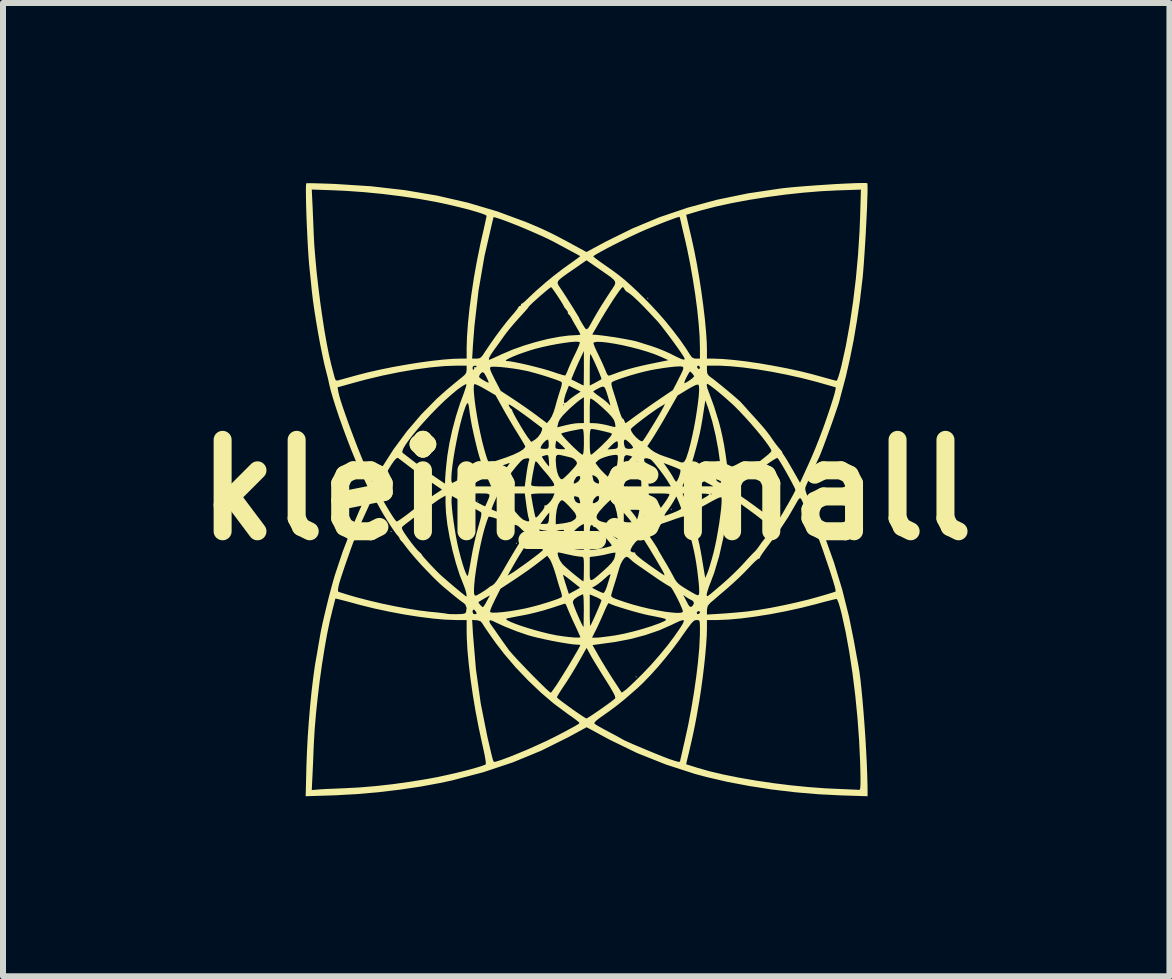
<source format=kicad_pcb>
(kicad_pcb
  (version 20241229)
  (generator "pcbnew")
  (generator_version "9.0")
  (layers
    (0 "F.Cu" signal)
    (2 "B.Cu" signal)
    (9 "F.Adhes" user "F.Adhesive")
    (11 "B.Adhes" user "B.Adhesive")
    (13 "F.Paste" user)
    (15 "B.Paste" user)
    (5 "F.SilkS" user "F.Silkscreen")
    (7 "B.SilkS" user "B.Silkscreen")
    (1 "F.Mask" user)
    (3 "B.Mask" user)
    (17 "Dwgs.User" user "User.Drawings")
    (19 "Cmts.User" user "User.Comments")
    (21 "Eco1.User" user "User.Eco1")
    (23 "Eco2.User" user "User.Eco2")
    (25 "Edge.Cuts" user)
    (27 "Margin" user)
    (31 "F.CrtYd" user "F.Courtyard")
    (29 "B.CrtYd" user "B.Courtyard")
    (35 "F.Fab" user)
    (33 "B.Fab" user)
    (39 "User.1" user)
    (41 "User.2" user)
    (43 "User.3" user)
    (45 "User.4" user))
  (footprint "klein_small"
    (layer "F.Cu")
    (at 6.72 5.115)
    (property "Reference" "klein_small" (at 0 0 0) (layer "F.SilkS") (effects (font (size 1.524 1.524) (thickness 0.3))))
    (attr board_only exclude_from_pos_files exclude_from_bom)
    (fp_poly (pts (xy -3.243 0.694) (xy -3.253 0.703) (xy -3.263 0.694) (xy -3.253 0.684)) (stroke (width 0) (type solid)) (fill yes) (layer "F.SilkS"))
    (fp_poly (pts (xy -1.798 0.186) (xy -1.807 0.195) (xy -1.817 0.186) (xy -1.807 0.176)) (stroke (width 0) (type solid)) (fill yes) (layer "F.SilkS"))
    (fp_poly (pts (xy -1.153 0.889) (xy -1.163 0.899) (xy -1.172 0.889) (xy -1.163 0.879)) (stroke (width 0) (type solid)) (fill yes) (layer "F.SilkS"))
    (fp_poly (pts (xy 0.84 3.116) (xy 0.83 3.126) (xy 0.821 3.116) (xy 0.83 3.107)) (stroke (width 0) (type solid)) (fill yes) (layer "F.SilkS"))
    (fp_poly (pts (xy 1.036 -3.195) (xy 1.026 -3.185) (xy 1.016 -3.195) (xy 1.026 -3.204)) (stroke (width 0) (type solid)) (fill yes) (layer "F.SilkS"))
    (fp_poly (pts (xy 1.426 0.322) (xy 1.417 0.332) (xy 1.407 0.322) (xy 1.417 0.313)) (stroke (width 0) (type solid)) (fill yes) (layer "F.SilkS"))
    (fp_poly (pts (xy 4.649 -5.115) (xy 4.682 -5.112) (xy 4.685 -5.111) (xy 4.688 -5.087) (xy 4.689 -5.03) (xy 4.688 -4.943) (xy 4.684 -4.832) (xy 4.68 -4.701) (xy 4.673 -4.556) (xy 4.665 -4.401) (xy 4.657 -4.241) (xy 4.647 -4.081) (xy 4.637 -3.926) (xy 4.627 -3.78) (xy 4.617 -3.65) (xy 4.607 -3.538) (xy 4.602 -3.497) (xy 4.562 -3.158) (xy 4.512 -2.82) (xy 4.456 -2.49) (xy 4.393 -2.177) (xy 4.327 -1.888) (xy 4.269 -1.671) (xy 4.25 -1.601) (xy 4.233 -1.536) (xy 4.228 -1.514) (xy 4.214 -1.463) (xy 4.188 -1.383) (xy 4.153 -1.28) (xy 4.113 -1.163) (xy 4.068 -1.037) (xy 4.022 -0.91) (xy 3.978 -0.79) (xy 3.938 -0.684) (xy 3.904 -0.598) (xy 3.879 -0.539) (xy 3.878 -0.537) (xy 3.816 -0.404) (xy 3.759 -0.281) (xy 3.712 -0.178) (xy 3.676 -0.098) (xy 3.662 -0.065) (xy 3.653 -0.043) (xy 3.65 -0.02) (xy 3.654 0.01) (xy 3.666 0.05) (xy 3.688 0.108) (xy 3.722 0.187) (xy 3.771 0.295) (xy 3.798 0.355) (xy 3.971 0.767) (xy 4.128 1.205) (xy 4.266 1.659) (xy 4.381 2.117) (xy 4.464 2.53) (xy 4.484 2.642) (xy 4.503 2.748) (xy 4.52 2.839) (xy 4.532 2.905) (xy 4.535 2.921) (xy 4.552 3.023) (xy 4.57 3.158) (xy 4.587 3.321) (xy 4.605 3.506) (xy 4.622 3.706) (xy 4.638 3.917) (xy 4.653 4.133) (xy 4.665 4.348) (xy 4.676 4.555) (xy 4.683 4.75) (xy 4.688 4.927) (xy 4.689 5) (xy 4.689 5.105) (xy 4.245 5.091) (xy 3.869 5.072) (xy 3.483 5.039) (xy 3.095 4.993) (xy 2.714 4.934) (xy 2.349 4.865) (xy 2.009 4.786) (xy 1.817 4.735) (xy 1.32 4.574) (xy 1.316 4.572) (xy 1.665 4.572) (xy 1.853 4.631) (xy 2.056 4.689) (xy 2.29 4.744) (xy 2.55 4.796) (xy 2.828 4.844) (xy 3.117 4.887) (xy 3.411 4.923) (xy 3.702 4.952) (xy 3.984 4.973) (xy 4.132 4.98) (xy 4.253 4.985) (xy 4.362 4.99) (xy 4.451 4.994) (xy 4.516 4.997) (xy 4.549 4.999) (xy 4.551 4.999) (xy 4.559 4.995) (xy 4.565 4.977) (xy 4.569 4.942) (xy 4.571 4.885) (xy 4.571 4.802) (xy 4.569 4.689) (xy 4.565 4.541) (xy 4.565 4.538) (xy 4.548 4.176) (xy 4.521 3.804) (xy 4.484 3.428) (xy 4.438 3.057) (xy 4.384 2.701) (xy 4.323 2.366) (xy 4.257 2.066) (xy 4.228 1.955) (xy 4.203 1.875) (xy 4.183 1.828) (xy 4.171 1.817) (xy 4.145 1.822) (xy 4.088 1.836) (xy 4.006 1.856) (xy 3.907 1.882) (xy 3.827 1.904) (xy 3.581 1.966) (xy 3.326 2.022) (xy 3.07 2.071) (xy 2.819 2.111) (xy 2.583 2.142) (xy 2.368 2.161) (xy 2.181 2.169) (xy 2.17 2.169) (xy 2.012 2.169) (xy 2.012 2.307) (xy 2.009 2.427) (xy 1.999 2.578) (xy 1.984 2.752) (xy 1.964 2.941) (xy 1.94 3.138) (xy 1.913 3.334) (xy 1.884 3.523) (xy 1.883 3.526) (xy 1.858 3.672) (xy 1.835 3.802) (xy 1.811 3.926) (xy 1.785 4.053) (xy 1.754 4.193) (xy 1.717 4.354) (xy 1.682 4.499) (xy 1.665 4.572) (xy 1.316 4.572) (xy 0.847 4.385) (xy 0.394 4.165) (xy 0.31 4.12) (xy 0.007 3.955) (xy -0.294 4.119) (xy -0.748 4.345) (xy -1.221 4.54) (xy -1.715 4.705) (xy -2.233 4.841) (xy -2.433 4.884) (xy -2.758 4.944) (xy -3.109 4.996) (xy -3.47 5.039) (xy -3.83 5.07) (xy -4.173 5.089) (xy -4.228 5.091) (xy -4.676 5.105) (xy -4.673 5.002) (xy -4.574 5.002) (xy -4.47 4.993) (xy -4.416 4.989) (xy -4.331 4.984) (xy -4.225 4.98) (xy -4.109 4.975) (xy -4.035 4.972) (xy -3.786 4.959) (xy -3.511 4.936) (xy -3.224 4.904) (xy -2.937 4.864) (xy -2.66 4.819) (xy -2.481 4.786) (xy -2.338 4.755) (xy -2.195 4.723) (xy -2.059 4.69) (xy -1.935 4.658) (xy -1.829 4.628) (xy -1.745 4.602) (xy -1.691 4.582) (xy -1.674 4.572) (xy -1.673 4.549) (xy -1.68 4.494) (xy -1.694 4.414) (xy -1.715 4.315) (xy -1.739 4.208) (xy -1.794 3.952) (xy -1.845 3.686) (xy -1.89 3.417) (xy -1.928 3.153) (xy -1.958 2.901) (xy -1.98 2.667) (xy -1.991 2.46) (xy -1.993 2.357) (xy -1.993 2.169) (xy -2.167 2.169) (xy -2.212 2.167) (xy -1.901 2.167) (xy -1.887 2.407) (xy -1.838 2.988) (xy -1.759 3.553) (xy -1.647 4.116) (xy -1.632 4.181) (xy -1.603 4.305) (xy -1.582 4.395) (xy -1.566 4.458) (xy -1.555 4.498) (xy -1.546 4.52) (xy -1.539 4.53) (xy -1.531 4.533) (xy -1.528 4.533) (xy -1.501 4.527) (xy -1.45 4.511) (xy -1.405 4.496) (xy -1.281 4.45) (xy -1.134 4.391) (xy -0.974 4.324) (xy -0.812 4.252) (xy -0.66 4.182) (xy -0.528 4.117) (xy -0.479 4.092) (xy -0.357 4.028) (xy -0.266 3.979) (xy -0.201 3.944) (xy -0.158 3.919) (xy -0.132 3.903) (xy -0.119 3.892) (xy -0.116 3.888) (xy 0.135 3.888) (xy 0.141 3.898) (xy 0.167 3.916) (xy 0.221 3.948) (xy 0.294 3.988) (xy 0.378 4.033) (xy 0.381 4.035) (xy 0.465 4.079) (xy 0.537 4.118) (xy 0.589 4.147) (xy 0.615 4.162) (xy 0.615 4.162) (xy 0.641 4.176) (xy 0.697 4.201) (xy 0.775 4.236) (xy 0.87 4.276) (xy 0.974 4.32) (xy 1.08 4.364) (xy 1.183 4.406) (xy 1.275 4.443) (xy 1.35 4.472) (xy 1.387 4.486) (xy 1.478 4.516) (xy 1.536 4.531) (xy 1.561 4.53) (xy 1.563 4.526) (xy 1.567 4.506) (xy 1.579 4.454) (xy 1.597 4.376) (xy 1.619 4.278) (xy 1.642 4.179) (xy 1.699 3.92) (xy 1.75 3.652) (xy 1.795 3.382) (xy 1.833 3.117) (xy 1.863 2.865) (xy 1.884 2.633) (xy 1.894 2.428) (xy 1.895 2.349) (xy 1.895 2.265) (xy 1.892 2.212) (xy 1.886 2.183) (xy 1.873 2.171) (xy 1.853 2.169) (xy 1.846 2.169) (xy 1.826 2.17) (xy 1.807 2.175) (xy 1.786 2.189) (xy 1.76 2.215) (xy 1.726 2.258) (xy 1.679 2.321) (xy 1.616 2.409) (xy 1.545 2.511) (xy 1.441 2.65) (xy 1.323 2.798) (xy 1.198 2.947) (xy 1.072 3.086) (xy 0.954 3.209) (xy 0.86 3.298) (xy 0.739 3.404) (xy 0.639 3.49) (xy 0.552 3.561) (xy 0.472 3.623) (xy 0.391 3.683) (xy 0.316 3.736) (xy 0.231 3.796) (xy 0.175 3.839) (xy 0.145 3.868) (xy 0.135 3.888) (xy -0.116 3.888) (xy -0.114 3.885) (xy -0.114 3.881) (xy -0.13 3.865) (xy -0.172 3.831) (xy -0.234 3.785) (xy -0.311 3.732) (xy -0.325 3.721) (xy -0.536 3.565) (xy -0.663 3.457) (xy -0.488 3.457) (xy -0.473 3.473) (xy -0.433 3.506) (xy -0.373 3.551) (xy -0.302 3.603) (xy -0.225 3.659) (xy -0.15 3.711) (xy -0.082 3.757) (xy -0.03 3.791) (xy 0.000242 3.808) (xy 0.004 3.809) (xy 0.024 3.799) (xy 0.07 3.77) (xy 0.135 3.727) (xy 0.214 3.673) (xy 0.24 3.655) (xy 0.322 3.597) (xy 0.394 3.545) (xy 0.448 3.503) (xy 0.479 3.478) (xy 0.482 3.474) (xy 0.484 3.456) (xy 0.472 3.419) (xy 0.442 3.362) (xy 0.395 3.281) (xy 0.327 3.172) (xy 0.315 3.153) (xy 0.249 3.048) (xy 0.186 2.945) (xy 0.13 2.854) (xy 0.087 2.781) (xy 0.067 2.745) (xy 0.006 2.633) (xy -0.118 2.854) (xy -0.18 2.961) (xy -0.25 3.077) (xy -0.319 3.187) (xy -0.366 3.257) (xy -0.415 3.331) (xy -0.455 3.394) (xy -0.481 3.439) (xy -0.488 3.457) (xy -0.663 3.457) (xy -0.753 3.38) (xy -0.969 3.175) (xy -1.177 2.957) (xy -1.367 2.734) (xy -1.505 2.555) (xy -1.572 2.461) (xy -1.632 2.375) (xy -1.681 2.303) (xy -1.715 2.252) (xy -1.727 2.231) (xy -1.757 2.192) (xy -1.777 2.185) (xy -1.616 2.185) (xy -1.603 2.221) (xy -1.59 2.242) (xy -1.56 2.284) (xy -1.517 2.345) (xy -1.468 2.416) (xy -1.456 2.433) (xy -1.4 2.513) (xy -1.34 2.597) (xy -1.29 2.667) (xy -1.286 2.672) (xy -1.253 2.711) (xy -1.201 2.77) (xy -1.134 2.842) (xy -1.056 2.924) (xy -0.972 3.012) (xy -0.887 3.099) (xy -0.804 3.182) (xy -0.729 3.256) (xy -0.666 3.317) (xy -0.619 3.359) (xy -0.594 3.379) (xy -0.591 3.38) (xy -0.576 3.364) (xy -0.544 3.321) (xy -0.5 3.258) (xy -0.449 3.179) (xy -0.437 3.16) (xy -0.384 3.075) (xy -0.326 2.982) (xy -0.268 2.886) (xy -0.214 2.794) (xy -0.166 2.712) (xy -0.128 2.646) (xy -0.104 2.601) (xy -0.098 2.586) (xy 0.105 2.586) (xy 0.205 2.763) (xy 0.258 2.853) (xy 0.323 2.96) (xy 0.392 3.071) (xy 0.449 3.16) (xy 0.592 3.379) (xy 0.651 3.337) (xy 0.685 3.309) (xy 0.739 3.259) (xy 0.809 3.192) (xy 0.888 3.115) (xy 0.934 3.069) (xy 1.078 2.918) (xy 1.22 2.756) (xy 1.354 2.593) (xy 1.473 2.435) (xy 1.571 2.292) (xy 1.604 2.238) (xy 1.625 2.197) (xy 1.626 2.174) (xy 1.604 2.171) (xy 1.555 2.186) (xy 1.478 2.222) (xy 1.421 2.25) (xy 1.217 2.34) (xy 0.984 2.42) (xy 0.735 2.486) (xy 0.478 2.535) (xy 0.419 2.543) (xy 0.105 2.586) (xy -0.098 2.586) (xy -0.098 2.586) (xy -0.115 2.581) (xy -0.151 2.579) (xy -0.219 2.574) (xy -0.316 2.56) (xy -0.433 2.541) (xy -0.561 2.517) (xy -0.691 2.49) (xy -0.815 2.462) (xy -0.817 2.462) (xy 0.097 2.462) (xy 0.171 2.462) (xy 0.219 2.459) (xy 0.295 2.45) (xy 0.389 2.438) (xy 0.479 2.425) (xy 0.618 2.399) (xy 0.773 2.362) (xy 0.932 2.319) (xy 1.083 2.272) (xy 1.214 2.225) (xy 1.264 2.204) (xy 1.305 2.185) (xy 1.327 2.171) (xy 1.329 2.159) (xy 1.307 2.146) (xy 1.256 2.132) (xy 1.175 2.115) (xy 1.059 2.092) (xy 1.055 2.092) (xy 0.988 2.077) (xy 2.012 2.077) (xy 2.232 2.064) (xy 2.347 2.056) (xy 2.481 2.045) (xy 2.614 2.033) (xy 2.696 2.024) (xy 2.873 1.999) (xy 3.075 1.965) (xy 3.291 1.922) (xy 3.509 1.874) (xy 3.718 1.823) (xy 3.876 1.779) (xy 3.973 1.751) (xy 4.056 1.726) (xy 4.118 1.707) (xy 4.152 1.695) (xy 4.156 1.693) (xy 4.155 1.668) (xy 4.141 1.607) (xy 4.112 1.509) (xy 4.07 1.376) (xy 4.013 1.206) (xy 3.994 1.151) (xy 3.945 1.007) (xy 3.904 0.892) (xy 3.869 0.798) (xy 3.837 0.715) (xy 3.804 0.637) (xy 3.767 0.554) (xy 3.734 0.484) (xy 3.694 0.395) (xy 3.654 0.307) (xy 3.621 0.234) (xy 3.612 0.214) (xy 3.588 0.16) (xy 3.569 0.137) (xy 3.548 0.144) (xy 3.521 0.184) (xy 3.492 0.236) (xy 3.368 0.45) (xy 3.234 0.653) (xy 3.17 0.741) (xy 3.109 0.824) (xy 3.044 0.911) (xy 2.988 0.986) (xy 2.976 1.002) (xy 2.935 1.06) (xy 2.904 1.107) (xy 2.892 1.134) (xy 2.892 1.135) (xy 2.881 1.147) (xy 2.875 1.145) (xy 2.857 1.155) (xy 2.818 1.188) (xy 2.765 1.24) (xy 2.707 1.301) (xy 2.632 1.379) (xy 2.538 1.471) (xy 2.437 1.564) (xy 2.341 1.649) (xy 2.338 1.652) (xy 2.255 1.722) (xy 2.179 1.787) (xy 2.117 1.841) (xy 2.074 1.877) (xy 2.066 1.884) (xy 2.026 1.932) (xy 2.013 1.991) (xy 2.012 2.003) (xy 2.012 2.077) (xy 0.988 2.077) (xy 0.974 2.074) (xy 0.877 2.049) (xy 0.771 2.02) (xy 0.665 1.989) (xy 0.565 1.958) (xy 0.479 1.93) (xy 0.414 1.906) (xy 0.378 1.888) (xy 0.375 1.886) (xy 0.363 1.898) (xy 0.341 1.939) (xy 0.312 2.002) (xy 0.293 2.047) (xy 0.252 2.14) (xy 0.208 2.238) (xy 0.168 2.322) (xy 0.159 2.34) (xy 0.097 2.462) (xy -0.817 2.462) (xy -0.922 2.435) (xy -0.987 2.416) (xy -1.165 2.354) (xy -1.349 2.281) (xy -1.518 2.204) (xy -1.558 2.184) (xy -1.601 2.171) (xy -1.616 2.185) (xy -1.777 2.185) (xy -1.803 2.175) (xy -1.828 2.172) (xy -1.901 2.167) (xy -2.212 2.167) (xy -2.346 2.162) (xy -2.412 2.157) (xy -1.334 2.157) (xy -1.307 2.177) (xy -1.252 2.203) (xy -1.174 2.234) (xy -1.079 2.268) (xy -0.972 2.302) (xy -0.857 2.336) (xy -0.74 2.368) (xy -0.626 2.396) (xy -0.52 2.418) (xy -0.489 2.424) (xy -0.384 2.44) (xy -0.286 2.452) (xy -0.202 2.459) (xy -0.138 2.461) (xy -0.103 2.458) (xy -0.098 2.454) (xy -0.105 2.434) (xy -0.127 2.386) (xy -0.158 2.317) (xy -0.192 2.244) (xy -0.234 2.154) (xy -0.271 2.07) (xy -0.3 2.003) (xy -0.314 1.968) (xy -0.333 1.922) (xy -0.349 1.897) (xy -0.352 1.895) (xy -0.374 1.901) (xy -0.425 1.917) (xy -0.498 1.941) (xy -0.585 1.97) (xy -0.587 1.97) (xy -0.703 2.006) (xy -0.839 2.042) (xy -0.973 2.074) (xy -1.055 2.09) (xy -1.15 2.108) (xy -1.233 2.124) (xy -1.295 2.136) (xy -1.327 2.144) (xy -1.329 2.144) (xy -1.334 2.157) (xy -2.412 2.157) (xy -2.554 2.144) (xy -2.784 2.115) (xy -3.028 2.077) (xy -3.278 2.03) (xy -3.528 1.977) (xy -3.77 1.917) (xy -3.873 1.889) (xy -3.976 1.861) (xy -4.064 1.838) (xy -4.132 1.821) (xy -4.172 1.812) (xy -4.181 1.812) (xy -4.186 1.833) (xy -4.199 1.884) (xy -4.217 1.955) (xy -4.23 2.004) (xy -4.275 2.191) (xy -4.32 2.41) (xy -4.363 2.653) (xy -4.404 2.913) (xy -4.442 3.184) (xy -4.475 3.457) (xy -4.503 3.725) (xy -4.525 3.982) (xy -4.539 4.22) (xy -4.542 4.28) (xy -4.547 4.407) (xy -4.552 4.541) (xy -4.558 4.669) (xy -4.563 4.775) (xy -4.564 4.792) (xy -4.574 5.002) (xy -4.673 5.002) (xy -4.663 4.589) (xy -4.654 4.356) (xy -4.641 4.11) (xy -4.623 3.856) (xy -4.602 3.605) (xy -4.578 3.363) (xy -4.551 3.139) (xy -4.524 2.941) (xy -4.504 2.823) (xy -4.484 2.712) (xy -4.465 2.598) (xy -4.447 2.496) (xy -4.435 2.423) (xy -4.419 2.338) (xy -4.395 2.224) (xy -4.364 2.09) (xy -4.329 1.944) (xy -4.292 1.794) (xy -4.262 1.681) (xy -4.138 1.681) (xy -4.135 1.694) (xy -4.113 1.703) (xy -4.061 1.72) (xy -3.984 1.744) (xy -3.889 1.772) (xy -3.825 1.79) (xy -3.63 1.841) (xy -3.418 1.891) (xy -3.199 1.937) (xy -2.983 1.977) (xy -2.781 2.009) (xy -2.605 2.031) (xy -2.579 2.033) (xy -2.486 2.042) (xy -2.408 2.051) (xy -2.352 2.058) (xy -2.327 2.063) (xy -2.327 2.063) (xy -2.305 2.067) (xy -2.254 2.07) (xy -2.184 2.071) (xy -2.168 2.071) (xy -2.087 2.069) (xy -2.038 2.063) (xy -2.012 2.051) (xy -2.005 2.04) (xy -2.003 2.032) (xy -1.895 2.032) (xy -1.882 2.065) (xy -1.855 2.071) (xy -1.828 2.066) (xy -1.831 2.043) (xy -1.837 2.032) (xy -1.837 2.032) (xy -1.602 2.032) (xy -1.597 2.04) (xy -1.556 2.046) (xy -1.484 2.044) (xy -1.389 2.036) (xy -1.277 2.022) (xy -1.157 2.002) (xy -1.034 1.979) (xy -1.006 1.973) (xy -0.902 1.948) (xy -0.789 1.918) (xy -0.676 1.884) (xy -0.653 1.877) (xy -0.222 1.877) (xy -0.214 1.906) (xy -0.194 1.959) (xy -0.167 2.028) (xy -0.135 2.102) (xy -0.103 2.174) (xy -0.075 2.234) (xy -0.054 2.274) (xy -0.046 2.286) (xy -0.044 2.268) (xy -0.043 2.217) (xy -0.042 2.142) (xy -0.041 2.048) (xy -0.04 2.012) (xy -0.041 1.914) (xy -0.043 1.832) (xy -0.047 1.772) (xy -0.052 1.742) (xy -0.052 1.741) (xy 0.059 1.741) (xy 0.059 2.004) (xy 0.059 2.1) (xy 0.061 2.18) (xy 0.063 2.238) (xy 0.066 2.265) (xy 0.066 2.266) (xy 0.077 2.25) (xy 0.099 2.204) (xy 0.13 2.137) (xy 0.164 2.061) (xy 0.2 1.978) (xy 0.229 1.908) (xy 0.248 1.859) (xy 0.254 1.839) (xy 0.237 1.823) (xy 0.195 1.799) (xy 0.156 1.782) (xy 0.123 1.768) (xy 0.416 1.768) (xy 0.427 1.784) (xy 0.456 1.801) (xy 0.507 1.822) (xy 0.587 1.85) (xy 0.648 1.871) (xy 0.781 1.912) (xy 0.92 1.949) (xy 1.06 1.982) (xy 1.196 2.009) (xy 1.321 2.031) (xy 1.431 2.044) (xy 1.519 2.05) (xy 1.559 2.048) (xy 1.841 2.048) (xy 1.85 2.068) (xy 1.864 2.071) (xy 1.891 2.055) (xy 1.895 2.04) (xy 1.884 2.019) (xy 1.86 2.022) (xy 1.841 2.048) (xy 1.559 2.048) (xy 1.581 2.047) (xy 1.611 2.033) (xy 1.611 2.033) (xy 1.608 2.008) (xy 1.589 1.959) (xy 1.56 1.892) (xy 1.524 1.818) (xy 1.489 1.751) (xy 1.617 1.751) (xy 1.669 1.852) (xy 1.702 1.915) (xy 1.727 1.946) (xy 1.749 1.949) (xy 1.774 1.931) (xy 1.774 1.93) (xy 1.796 1.889) (xy 1.781 1.853) (xy 1.754 1.836) (xy 1.703 1.81) (xy 1.663 1.784) (xy 1.622 1.754) (xy 2.007 1.754) (xy 2.011 1.764) (xy 2.014 1.77) (xy 2.023 1.769) (xy 2.041 1.758) (xy 2.072 1.734) (xy 2.121 1.693) (xy 2.191 1.633) (xy 2.277 1.56) (xy 2.371 1.476) (xy 2.472 1.38) (xy 2.568 1.284) (xy 2.629 1.219) (xy 2.691 1.15) (xy 2.746 1.091) (xy 2.786 1.05) (xy 2.805 1.031) (xy 2.828 1.008) (xy 2.862 0.964) (xy 2.884 0.934) (xy 2.921 0.88) (xy 2.954 0.838) (xy 2.965 0.824) (xy 2.99 0.793) (xy 3.026 0.744) (xy 3.047 0.715) (xy 3.104 0.632) (xy 2.905 0.478) (xy 2.809 0.404) (xy 2.704 0.327) (xy 2.605 0.255) (xy 2.54 0.209) (xy 2.374 0.096) (xy 2.369 0.16) (xy 2.335 0.488) (xy 2.283 0.806) (xy 2.215 1.106) (xy 2.133 1.381) (xy 2.08 1.523) (xy 2.047 1.608) (xy 2.023 1.68) (xy 2.009 1.732) (xy 2.007 1.754) (xy 1.622 1.754) (xy 1.617 1.751) (xy 1.489 1.751) (xy 1.486 1.745) (xy 1.45 1.68) (xy 1.421 1.634) (xy 1.403 1.615) (xy 1.352 1.587) (xy 1.277 1.54) (xy 1.187 1.481) (xy 1.11 1.427) (xy 1.03 1.372) (xy 0.944 1.312) (xy 0.878 1.267) (xy 0.816 1.223) (xy 0.763 1.181) (xy 0.734 1.154) (xy 0.698 1.124) (xy 0.672 1.114) (xy 0.641 1.131) (xy 0.606 1.176) (xy 0.573 1.239) (xy 0.552 1.299) (xy 0.536 1.355) (xy 0.513 1.433) (xy 0.487 1.519) (xy 0.479 1.544) (xy 0.454 1.623) (xy 0.433 1.693) (xy 0.42 1.74) (xy 0.417 1.75) (xy 0.416 1.768) (xy 0.123 1.768) (xy 0.059 1.741) (xy -0.052 1.741) (xy -0.053 1.739) (xy -0.078 1.748) (xy -0.123 1.771) (xy -0.147 1.784) (xy -0.198 1.82) (xy -0.22 1.853) (xy -0.222 1.877) (xy -0.653 1.877) (xy -0.572 1.851) (xy -0.486 1.821) (xy -0.424 1.795) (xy -0.408 1.786) (xy -0.405 1.764) (xy -0.414 1.719) (xy -0.422 1.694) (xy -0.44 1.64) (xy -0.465 1.56) (xy -0.492 1.468) (xy -0.507 1.414) (xy -0.385 1.414) (xy -0.382 1.434) (xy -0.369 1.482) (xy -0.349 1.549) (xy -0.34 1.576) (xy -0.29 1.733) (xy -0.195 1.683) (xy -0.144 1.654) (xy -0.111 1.635) (xy -0.106 1.63) (xy 0.097 1.63) (xy 0.18 1.674) (xy 0.234 1.7) (xy 0.276 1.716) (xy 0.287 1.719) (xy 0.304 1.702) (xy 0.327 1.657) (xy 0.35 1.593) (xy 0.351 1.587) (xy 0.374 1.515) (xy 0.392 1.454) (xy 0.404 1.417) (xy 0.4 1.404) (xy 0.373 1.42) (xy 0.321 1.465) (xy 0.32 1.466) (xy 0.259 1.52) (xy 0.199 1.567) (xy 0.161 1.593) (xy 0.097 1.63) (xy -0.106 1.63) (xy -0.104 1.629) (xy -0.211 1.544) (xy -0.294 1.479) (xy -0.351 1.436) (xy -0.381 1.415) (xy -0.385 1.414) (xy -0.507 1.414) (xy -0.508 1.412) (xy -0.536 1.323) (xy -0.566 1.241) (xy -0.593 1.179) (xy -0.607 1.155) (xy -0.65 1.097) (xy -0.799 1.213) (xy -0.873 1.269) (xy -0.968 1.338) (xy -1.073 1.411) (xy -1.176 1.481) (xy -1.188 1.489) (xy -1.429 1.647) (xy -1.525 1.838) (xy -1.57 1.933) (xy -1.596 1.997) (xy -1.602 2.032) (xy -1.837 2.032) (xy -1.861 2.001) (xy -1.876 1.993) (xy -1.892 2.009) (xy -1.895 2.032) (xy -2.003 2.032) (xy -1.993 1.968) (xy -2.015 1.909) (xy -2.047 1.882) (xy -2.065 1.869) (xy -1.796 1.869) (xy -1.79 1.886) (xy -1.768 1.915) (xy -1.741 1.942) (xy -1.721 1.954) (xy -1.707 1.938) (xy -1.681 1.897) (xy -1.658 1.855) (xy -1.605 1.757) (xy -1.697 1.809) (xy -1.749 1.84) (xy -1.785 1.862) (xy -1.796 1.869) (xy -2.065 1.869) (xy -2.089 1.852) (xy -2.149 1.806) (xy -2.207 1.759) (xy -2.271 1.706) (xy -2.332 1.655) (xy -2.373 1.622) (xy -2.451 1.552) (xy -2.546 1.46) (xy -2.649 1.354) (xy -2.755 1.242) (xy -2.854 1.131) (xy -2.94 1.029) (xy -3.006 0.946) (xy -3.011 0.938) (xy -3.049 0.888) (xy -3.079 0.853) (xy -3.09 0.843) (xy -3.106 0.821) (xy -3.107 0.818) (xy -3.119 0.789) (xy -3.137 0.768) (xy -3.17 0.729) (xy -3.216 0.664) (xy -3.239 0.63) (xy -3.072 0.63) (xy -3.066 0.657) (xy -3.043 0.699) (xy -3 0.763) (xy -2.968 0.808) (xy -2.912 0.884) (xy -2.857 0.953) (xy -2.812 1.005) (xy -2.791 1.025) (xy -2.755 1.059) (xy -2.736 1.083) (xy -2.735 1.085) (xy -2.723 1.105) (xy -2.688 1.145) (xy -2.638 1.201) (xy -2.577 1.266) (xy -2.513 1.333) (xy -2.452 1.394) (xy -2.416 1.428) (xy -2.361 1.476) (xy -2.295 1.533) (xy -2.223 1.595) (xy -2.151 1.655) (xy -2.087 1.708) (xy -2.035 1.75) (xy -2.003 1.774) (xy -1.997 1.778) (xy -1.994 1.761) (xy -1.999 1.721) (xy -2 1.718) (xy -2.014 1.667) (xy -1.871 1.667) (xy -1.869 1.726) (xy -1.866 1.738) (xy -1.857 1.758) (xy -1.841 1.762) (xy -1.81 1.749) (xy -1.755 1.717) (xy -1.753 1.716) (xy -1.695 1.679) (xy -1.65 1.648) (xy -1.631 1.633) (xy -1.6 1.609) (xy -1.562 1.589) (xy -1.532 1.565) (xy -1.49 1.512) (xy -1.437 1.43) (xy -1.311 1.43) (xy -1.237 1.385) (xy -1.193 1.357) (xy -1.127 1.31) (xy -1.046 1.253) (xy -0.959 1.19) (xy -0.943 1.178) (xy -0.863 1.118) (xy -0.797 1.067) (xy -0.782 1.055) (xy -0.477 1.055) (xy -0.47 1.094) (xy -0.466 1.109) (xy -0.438 1.175) (xy -0.397 1.235) (xy -0.394 1.238) (xy -0.361 1.27) (xy -0.311 1.315) (xy -0.25 1.367) (xy -0.186 1.42) (xy -0.126 1.468) (xy -0.079 1.504) (xy -0.051 1.523) (xy -0.048 1.524) (xy -0.044 1.506) (xy -0.041 1.457) (xy -0.04 1.408) (xy 0.059 1.408) (xy 0.061 1.467) (xy 0.071 1.499) (xy 0.093 1.503) (xy 0.131 1.481) (xy 0.19 1.433) (xy 0.273 1.36) (xy 0.288 1.347) (xy 0.37 1.271) (xy 0.425 1.212) (xy 0.459 1.163) (xy 0.472 1.13) (xy 0.484 1.081) (xy 0.487 1.05) (xy 0.486 1.046) (xy 0.464 1.046) (xy 0.416 1.054) (xy 0.373 1.064) (xy 0.288 1.084) (xy 0.196 1.1) (xy 0.163 1.105) (xy 0.059 1.118) (xy 0.059 1.322) (xy 0.059 1.408) (xy -0.04 1.408) (xy -0.04 1.384) (xy -0.039 1.319) (xy -0.039 1.228) (xy -0.041 1.168) (xy -0.046 1.134) (xy -0.057 1.119) (xy -0.073 1.114) (xy -0.087 1.114) (xy -0.13 1.109) (xy -0.196 1.099) (xy -0.267 1.084) (xy -0.341 1.068) (xy -0.405 1.053) (xy -0.443 1.045) (xy -0.469 1.042) (xy -0.477 1.055) (xy -0.782 1.055) (xy -0.749 1.028) (xy -0.733 1.014) (xy 0.737 1.014) (xy 0.75 1.029) (xy 0.761 1.035) (xy 0.796 1.044) (xy 0.811 1.04) (xy 0.818 1.039) (xy 0.814 1.048) (xy 0.822 1.068) (xy 0.861 1.107) (xy 0.931 1.164) (xy 1.033 1.239) (xy 1.168 1.334) (xy 1.18 1.342) (xy 1.238 1.382) (xy 1.282 1.411) (xy 1.303 1.425) (xy 1.304 1.425) (xy 1.302 1.411) (xy 1.295 1.392) (xy 1.281 1.363) (xy 1.251 1.309) (xy 1.208 1.236) (xy 1.159 1.152) (xy 1.106 1.064) (xy 1.056 0.98) (xy 1.01 0.907) (xy 0.976 0.852) (xy 0.959 0.828) (xy 0.929 0.787) (xy 0.869 0.827) (xy 0.82 0.87) (xy 0.775 0.928) (xy 0.767 0.941) (xy 0.743 0.988) (xy 0.737 1.014) (xy -0.733 1.014) (xy -0.725 1.006) (xy -0.723 1.003) (xy -0.737 0.963) (xy -0.762 0.928) (xy -0.427 0.928) (xy -0.4 0.939) (xy -0.347 0.954) (xy -0.278 0.97) (xy -0.206 0.984) (xy -0.143 0.993) (xy -0.112 0.995) (xy -0.039 0.996) (xy 0.059 0.996) (xy 0.112 0.996) (xy 0.16 0.991) (xy 0.229 0.98) (xy 0.289 0.969) (xy 0.355 0.953) (xy 0.404 0.939) (xy 0.425 0.93) (xy 0.418 0.911) (xy 0.389 0.872) (xy 0.344 0.821) (xy 0.329 0.805) (xy 0.272 0.746) (xy 0.221 0.692) (xy 0.209 0.678) (xy 0.381 0.678) (xy 0.39 0.702) (xy 0.39 0.702) (xy 0.419 0.74) (xy 0.462 0.781) (xy 0.464 0.782) (xy 0.518 0.825) (xy 0.52 0.806) (xy 0.625 0.806) (xy 0.632 0.835) (xy 0.656 0.833) (xy 0.696 0.806) (xy 0.732 0.768) (xy 0.762 0.724) (xy 0.766 0.713) (xy 1.014 0.713) (xy 1.103 0.844) (xy 1.144 0.906) (xy 1.175 0.955) (xy 1.191 0.982) (xy 1.192 0.985) (xy 1.201 1.004) (xy 1.227 1.049) (xy 1.264 1.112) (xy 1.286 1.15) (xy 1.339 1.238) (xy 1.393 1.333) (xy 1.439 1.417) (xy 1.447 1.432) (xy 1.48 1.493) (xy 1.512 1.538) (xy 1.552 1.576) (xy 1.609 1.616) (xy 1.678 1.659) (xy 1.76 1.707) (xy 1.815 1.738) (xy 1.848 1.753) (xy 1.866 1.754) (xy 1.876 1.744) (xy 1.88 1.734) (xy 1.883 1.699) (xy 1.881 1.632) (xy 1.874 1.542) (xy 1.862 1.436) (xy 1.848 1.321) (xy 1.831 1.206) (xy 1.815 1.115) (xy 1.799 1.034) (xy 1.777 0.937) (xy 1.752 0.832) (xy 1.725 0.727) (xy 1.699 0.627) (xy 1.674 0.542) (xy 1.654 0.478) (xy 1.64 0.443) (xy 1.638 0.439) (xy 1.617 0.443) (xy 1.568 0.457) (xy 1.497 0.48) (xy 1.417 0.509) (xy 1.331 0.539) (xy 1.257 0.564) (xy 1.204 0.581) (xy 1.181 0.586) (xy 1.155 0.598) (xy 1.112 0.629) (xy 1.087 0.65) (xy 1.014 0.713) (xy 0.766 0.713) (xy 0.777 0.687) (xy 0.775 0.671) (xy 0.751 0.667) (xy 0.707 0.673) (xy 0.657 0.699) (xy 0.631 0.751) (xy 0.625 0.806) (xy 0.52 0.806) (xy 0.524 0.772) (xy 0.526 0.724) (xy 0.521 0.695) (xy 0.497 0.678) (xy 0.45 0.669) (xy 0.441 0.668) (xy 0.396 0.669) (xy 0.381 0.678) (xy 0.209 0.678) (xy 0.188 0.654) (xy 0.185 0.651) (xy 0.154 0.623) (xy 0.133 0.618) (xy 0.118 0.613) (xy 0.117 0.607) (xy 0.101 0.588) (xy 0.088 0.586) (xy 0.075 0.592) (xy 0.066 0.616) (xy 0.061 0.662) (xy 0.059 0.737) (xy 0.059 0.791) (xy 0.059 0.996) (xy -0.039 0.996) (xy -0.039 0.566) (xy -0.093 0.594) (xy -0.126 0.618) (xy -0.175 0.659) (xy -0.232 0.713) (xy -0.292 0.771) (xy -0.347 0.828) (xy -0.393 0.877) (xy -0.421 0.913) (xy -0.427 0.928) (xy -0.762 0.928) (xy -0.773 0.912) (xy -0.82 0.861) (xy -0.869 0.821) (xy -0.909 0.801) (xy -0.914 0.801) (xy -0.933 0.817) (xy -0.967 0.862) (xy -1.014 0.931) (xy -1.069 1.017) (xy -1.131 1.117) (xy -1.195 1.225) (xy -1.257 1.335) (xy -1.258 1.336) (xy -1.311 1.43) (xy -1.437 1.43) (xy -1.437 1.43) (xy -1.369 1.314) (xy -1.359 1.296) (xy -1.296 1.187) (xy -1.23 1.075) (xy -1.167 0.97) (xy -1.115 0.885) (xy -1.102 0.865) (xy -1.06 0.797) (xy -1.03 0.743) (xy -1.015 0.71) (xy -1.016 0.703) (xy -1.04 0.69) (xy -1.074 0.659) (xy -0.785 0.659) (xy -0.754 0.719) (xy -0.722 0.766) (xy -0.68 0.809) (xy -0.64 0.836) (xy -0.625 0.84) (xy -0.62 0.823) (xy -0.62 0.78) (xy -0.622 0.762) (xy -0.63 0.713) (xy -0.633 0.705) (xy -0.514 0.705) (xy -0.512 0.751) (xy -0.512 0.753) (xy -0.504 0.821) (xy -0.428 0.748) (xy -0.39 0.706) (xy -0.371 0.677) (xy -0.372 0.667) (xy -0.405 0.666) (xy -0.454 0.672) (xy -0.456 0.672) (xy -0.498 0.684) (xy -0.514 0.705) (xy -0.633 0.705) (xy -0.641 0.686) (xy -0.644 0.684) (xy -0.672 0.68) (xy -0.72 0.672) (xy -0.722 0.671) (xy -0.785 0.659) (xy -1.074 0.659) (xy -1.077 0.657) (xy -1.087 0.645) (xy -1.128 0.607) (xy -1.164 0.587) (xy -1.171 0.586) (xy -1.201 0.579) (xy -1.224 0.572) (xy -0.508 0.572) (xy -0.397 0.559) (xy -0.326 0.547) (xy -0.264 0.532) (xy -0.238 0.522) (xy -0.182 0.485) (xy -0.169 0.455) (xy 0.171 0.455) (xy 0.186 0.489) (xy 0.202 0.505) (xy 0.239 0.523) (xy 0.301 0.54) (xy 0.375 0.555) (xy 0.447 0.563) (xy 0.467 0.565) (xy 0.533 0.567) (xy 0.625 0.567) (xy 0.694 0.567) (xy 0.739 0.563) (xy 0.761 0.554) (xy 0.761 0.552) (xy 0.749 0.53) (xy 0.729 0.503) (xy 0.963 0.503) (xy 0.965 0.524) (xy 0.998 0.523) (xy 1.041 0.509) (xy 1.078 0.485) (xy 1.128 0.436) (xy 1.138 0.424) (xy 1.304 0.424) (xy 1.307 0.43) (xy 1.335 0.423) (xy 1.387 0.405) (xy 1.432 0.388) (xy 1.747 0.388) (xy 1.747 0.406) (xy 1.795 0.563) (xy 1.832 0.693) (xy 1.862 0.806) (xy 1.887 0.913) (xy 1.908 1.022) (xy 1.93 1.146) (xy 1.93 1.149) (xy 1.983 1.467) (xy 2.019 1.387) (xy 2.037 1.338) (xy 2.061 1.261) (xy 2.089 1.166) (xy 2.117 1.063) (xy 2.121 1.049) (xy 2.146 0.942) (xy 2.171 0.821) (xy 2.194 0.691) (xy 2.216 0.56) (xy 2.233 0.435) (xy 2.247 0.322) (xy 2.255 0.228) (xy 2.257 0.159) (xy 2.253 0.124) (xy 2.233 0.123) (xy 2.185 0.142) (xy 2.114 0.178) (xy 2.079 0.197) (xy 1.996 0.244) (xy 1.914 0.288) (xy 1.846 0.323) (xy 1.826 0.333) (xy 1.77 0.362) (xy 1.747 0.388) (xy 1.432 0.388) (xy 1.453 0.38) (xy 1.455 0.379) (xy 1.518 0.352) (xy 1.564 0.328) (xy 1.583 0.313) (xy 1.583 0.312) (xy 1.575 0.286) (xy 1.557 0.238) (xy 1.543 0.203) (xy 1.502 0.109) (xy 1.454 0.194) (xy 1.41 0.264) (xy 1.36 0.337) (xy 1.346 0.354) (xy 1.316 0.397) (xy 1.304 0.424) (xy 1.138 0.424) (xy 1.186 0.37) (xy 1.246 0.296) (xy 1.302 0.221) (xy 1.349 0.152) (xy 1.379 0.098) (xy 1.387 0.069) (xy 1.369 0.065) (xy 1.321 0.061) (xy 1.251 0.059) (xy 1.215 0.059) (xy 1.606 0.059) (xy 1.648 0.166) (xy 1.672 0.223) (xy 1.69 0.262) (xy 1.697 0.273) (xy 1.717 0.265) (xy 1.763 0.242) (xy 1.828 0.208) (xy 1.878 0.182) (xy 1.951 0.142) (xy 2.009 0.108) (xy 2.044 0.083) (xy 2.052 0.075) (xy 2.033 0.068) (xy 2.071 0.068) (xy 2.081 0.078) (xy 2.091 0.068) (xy 2.081 0.059) (xy 2.071 0.068) (xy 2.033 0.068) (xy 2.033 0.068) (xy 1.984 0.063) (xy 1.911 0.06) (xy 1.829 0.059) (xy 1.606 0.059) (xy 1.215 0.059) (xy 1.043 0.059) (xy 1.008 0.269) (xy 0.992 0.357) (xy 0.978 0.431) (xy 0.968 0.484) (xy 0.963 0.503) (xy 0.729 0.503) (xy 0.719 0.49) (xy 0.693 0.459) (xy 0.626 0.381) (xy 0.626 0.474) (xy 0.625 0.567) (xy 0.533 0.567) (xy 0.521 0.448) (xy 0.509 0.378) (xy 0.49 0.304) (xy 0.467 0.236) (xy 0.444 0.184) (xy 0.424 0.158) (xy 0.419 0.156) (xy 0.401 0.17) (xy 0.363 0.205) (xy 0.311 0.256) (xy 0.284 0.285) (xy 0.218 0.359) (xy 0.181 0.414) (xy 0.171 0.455) (xy -0.169 0.455) (xy -0.164 0.444) (xy -0.182 0.393) (xy -0.197 0.372) (xy -0.24 0.321) (xy -0.294 0.262) (xy -0.322 0.234) (xy -0.368 0.191) (xy -0.395 0.173) (xy -0.415 0.175) (xy -0.437 0.194) (xy -0.468 0.246) (xy -0.491 0.327) (xy -0.505 0.429) (xy -0.507 0.486) (xy -0.508 0.572) (xy -1.224 0.572) (xy -1.241 0.567) (xy -0.763 0.567) (xy -0.696 0.567) (xy -0.656 0.565) (xy -0.635 0.551) (xy -0.625 0.517) (xy -0.621 0.474) (xy -0.617 0.419) (xy -0.615 0.383) (xy -0.615 0.377) (xy -0.627 0.389) (xy -0.656 0.424) (xy -0.69 0.469) (xy -0.763 0.567) (xy -1.241 0.567) (xy -1.259 0.561) (xy -1.335 0.535) (xy -1.407 0.509) (xy -1.49 0.48) (xy -1.56 0.458) (xy -1.608 0.447) (xy -1.627 0.447) (xy -1.638 0.471) (xy -1.657 0.524) (xy -1.681 0.598) (xy -1.701 0.666) (xy -1.731 0.782) (xy -1.761 0.914) (xy -1.79 1.054) (xy -1.815 1.197) (xy -1.837 1.336) (xy -1.855 1.465) (xy -1.866 1.578) (xy -1.871 1.667) (xy -2.014 1.667) (xy -2.017 1.655) (xy -2.039 1.596) (xy -2.108 1.42) (xy -2.172 1.221) (xy -2.229 1.008) (xy -2.277 0.791) (xy -2.314 0.58) (xy -2.337 0.385) (xy -2.345 0.223) (xy -2.345 0.205) (xy -2.245 0.205) (xy -2.239 0.289) (xy -2.228 0.395) (xy -2.212 0.516) (xy -2.193 0.643) (xy -2.172 0.769) (xy -2.15 0.885) (xy -2.128 0.985) (xy -2.127 0.987) (xy -2.093 1.119) (xy -2.06 1.234) (xy -2.03 1.326) (xy -2.004 1.393) (xy -1.985 1.429) (xy -1.974 1.432) (xy -1.967 1.408) (xy -1.955 1.353) (xy -1.94 1.274) (xy -1.923 1.178) (xy -1.917 1.143) (xy -1.894 1.015) (xy -1.864 0.872) (xy -1.831 0.734) (xy -1.802 0.627) (xy -1.773 0.525) (xy -1.755 0.454) (xy -1.748 0.408) (xy -1.749 0.382) (xy -1.758 0.368) (xy -1.76 0.367) (xy -1.787 0.352) (xy -1.835 0.325) (xy -1.577 0.325) (xy -1.556 0.335) (xy -1.51 0.354) (xy -1.451 0.377) (xy -1.389 0.4) (xy -1.337 0.419) (xy -1.307 0.428) (xy -1.304 0.429) (xy -1.29 0.415) (xy -1.29 0.413) (xy -1.303 0.387) (xy -1.319 0.371) (xy -1.344 0.343) (xy -1.38 0.291) (xy -1.42 0.229) (xy -1.491 0.111) (xy -1.537 0.215) (xy -1.561 0.272) (xy -1.575 0.312) (xy -1.577 0.325) (xy -1.835 0.325) (xy -1.841 0.322) (xy -1.914 0.281) (xy -1.999 0.234) (xy -2.012 0.226) (xy -2.237 0.102) (xy -2.244 0.152) (xy -2.245 0.205) (xy -2.345 0.205) (xy -2.345 0.095) (xy -2.421 0.138) (xy -2.459 0.162) (xy -2.52 0.205) (xy -2.599 0.261) (xy -2.687 0.325) (xy -2.78 0.394) (xy -2.87 0.461) (xy -2.95 0.522) (xy -3.014 0.571) (xy -3.055 0.605) (xy -3.064 0.613) (xy -3.072 0.63) (xy -3.239 0.63) (xy -3.271 0.582) (xy -3.329 0.491) (xy -3.384 0.401) (xy -3.429 0.322) (xy -3.479 0.232) (xy -3.513 0.173) (xy -3.537 0.14) (xy -3.553 0.13) (xy -3.565 0.14) (xy -3.578 0.166) (xy -3.583 0.178) (xy -3.606 0.228) (xy -3.638 0.299) (xy -3.674 0.378) (xy -3.68 0.391) (xy -3.718 0.474) (xy -3.756 0.557) (xy -3.785 0.623) (xy -3.788 0.628) (xy -3.812 0.687) (xy -3.845 0.773) (xy -3.885 0.88) (xy -3.929 1.001) (xy -3.973 1.127) (xy -4.017 1.252) (xy -4.056 1.368) (xy -4.089 1.467) (xy -4.112 1.543) (xy -4.122 1.579) (xy -4.134 1.638) (xy -4.138 1.681) (xy -4.262 1.681) (xy -4.254 1.65) (xy -4.218 1.519) (xy -4.186 1.41) (xy -4.185 1.407) (xy -4.056 1.021) (xy -3.904 0.628) (xy -3.775 0.329) (xy -3.727 0.221) (xy -3.686 0.127) (xy -3.654 0.05) (xy -3.634 -0.002) (xy -3.633 -0.007) (xy -3.492 -0.007) (xy -3.337 0.26) (xy -3.283 0.351) (xy -3.234 0.429) (xy -3.194 0.488) (xy -3.167 0.521) (xy -3.159 0.527) (xy -3.136 0.516) (xy -3.088 0.485) (xy -3.023 0.438) (xy -2.946 0.38) (xy -2.924 0.362) (xy -2.828 0.29) (xy -2.727 0.215) (xy -2.632 0.147) (xy -2.557 0.096) (xy -2.518 0.07) (xy -2.054 0.07) (xy -2.048 0.08) (xy -2.037 0.089) (xy -2.007 0.107) (xy -1.955 0.135) (xy -1.89 0.17) (xy -1.821 0.206) (xy -1.758 0.239) (xy -1.71 0.263) (xy -1.686 0.273) (xy -1.685 0.273) (xy -1.676 0.257) (xy -1.658 0.218) (xy -1.654 0.208) (xy -1.627 0.146) (xy -1.613 0.104) (xy -1.615 0.078) (xy -1.639 0.064) (xy -1.69 0.059) (xy -1.749 0.059) (xy -1.391 0.059) (xy -1.35 0.128) (xy -1.296 0.213) (xy -1.234 0.299) (xy -1.17 0.379) (xy -1.112 0.444) (xy -1.064 0.487) (xy -1.045 0.499) (xy -0.986 0.522) (xy -0.955 0.524) (xy -0.95 0.504) (xy -0.956 0.482) (xy -0.967 0.442) (xy -0.979 0.376) (xy -0.993 0.293) (xy -0.999 0.247) (xy -1.022 0.073) (xy -0.918 0.073) (xy -0.915 0.106) (xy -0.905 0.163) (xy -0.893 0.236) (xy -0.878 0.312) (xy -0.864 0.381) (xy -0.852 0.433) (xy -0.845 0.457) (xy -0.827 0.456) (xy -0.799 0.43) (xy -0.798 0.428) (xy -0.756 0.376) (xy -0.722 0.335) (xy -0.699 0.297) (xy -0.696 0.269) (xy -0.697 0.269) (xy -0.697 0.257) (xy -0.69 0.26) (xy -0.664 0.255) (xy -0.628 0.226) (xy -0.589 0.182) (xy -0.56 0.136) (xy -0.202 0.136) (xy -0.2 0.147) (xy -0.178 0.192) (xy -0.149 0.214) (xy -0.112 0.225) (xy -0.107 0.22) (xy 0.11 0.22) (xy 0.13 0.221) (xy 0.134 0.22) (xy 0.177 0.199) (xy 0.191 0.19) (xy 0.209 0.162) (xy 0.215 0.127) (xy 0.207 0.101) (xy 0.199 0.098) (xy 0.163 0.114) (xy 0.129 0.152) (xy 0.112 0.189) (xy 0.11 0.22) (xy -0.107 0.22) (xy -0.1 0.214) (xy -0.108 0.173) (xy -0.109 0.168) (xy -0.123 0.131) (xy -0.137 0.117) (xy -0.168 0.111) (xy -0.182 0.106) (xy -0.201 0.107) (xy -0.202 0.136) (xy -0.56 0.136) (xy -0.558 0.132) (xy -0.549 0.112) (xy -0.536 0.079) (xy 0.556 0.079) (xy 0.557 0.097) (xy 0.557 0.099) (xy 0.576 0.143) (xy 0.604 0.182) (xy 0.661 0.247) (xy 0.719 0.315) (xy 0.771 0.379) (xy 0.812 0.432) (xy 0.836 0.468) (xy 0.84 0.477) (xy 0.844 0.494) (xy 0.853 0.477) (xy 0.866 0.431) (xy 0.882 0.36) (xy 0.889 0.324) (xy 0.903 0.243) (xy 0.914 0.17) (xy 0.918 0.12) (xy 0.918 0.116) (xy 0.918 0.059) (xy 0.734 0.059) (xy 0.648 0.059) (xy 0.595 0.062) (xy 0.566 0.068) (xy 0.556 0.079) (xy -0.536 0.079) (xy -0.529 0.059) (xy -0.723 0.059) (xy -0.805 0.06) (xy -0.87 0.064) (xy -0.91 0.069) (xy -0.918 0.073) (xy -1.022 0.073) (xy -1.024 0.059) (xy -1.391 0.059) (xy -1.749 0.059) (xy -1.771 0.058) (xy -1.84 0.059) (xy -1.939 0.059) (xy -2.004 0.061) (xy -2.041 0.064) (xy -2.054 0.07) (xy -2.518 0.07) (xy -2.403 -0.005) (xy -2.42 -0.017) (xy 2.435 -0.017) (xy 2.443 -0.002) (xy 2.478 0.03) (xy 2.534 0.073) (xy 2.591 0.113) (xy 2.679 0.174) (xy 2.783 0.249) (xy 2.89 0.328) (xy 2.969 0.387) (xy 3.044 0.447) (xy 3.099 0.489) (xy 3.141 0.512) (xy 3.174 0.514) (xy 3.205 0.493) (xy 3.24 0.446) (xy 3.284 0.372) (xy 3.343 0.268) (xy 3.356 0.247) (xy 3.404 0.162) (xy 3.444 0.089) (xy 3.473 0.033) (xy 3.486 0.002) (xy 3.486 0.001) (xy 3.478 -0.023) (xy 3.454 -0.073) (xy 3.418 -0.141) (xy 3.375 -0.221) (xy 3.328 -0.305) (xy 3.281 -0.386) (xy 3.239 -0.456) (xy 3.206 -0.508) (xy 3.187 -0.533) (xy 3.167 -0.527) (xy 3.122 -0.501) (xy 3.057 -0.458) (xy 2.978 -0.402) (xy 2.922 -0.36) (xy 2.827 -0.289) (xy 2.732 -0.22) (xy 2.648 -0.16) (xy 2.583 -0.114) (xy 2.563 -0.101) (xy 2.504 -0.063) (xy 2.458 -0.032) (xy 2.435 -0.017) (xy -2.42 -0.017) (xy -2.482 -0.059) (xy -2.1 -0.059) (xy -1.585 -0.059) (xy -1.59 -0.071) (xy -1.387 -0.071) (xy -1.369 -0.066) (xy -1.321 -0.061) (xy -1.25 -0.059) (xy -1.206 -0.059) (xy -1.024 -0.059) (xy -1.021 -0.083) (xy -0.918 -0.083) (xy -0.906 -0.071) (xy -0.868 -0.063) (xy -0.798 -0.059) (xy -0.722 -0.059) (xy -0.633 -0.059) (xy -0.576 -0.061) (xy -0.546 -0.066) (xy -0.534 -0.076) (xy -0.535 -0.087) (xy 0.549 -0.087) (xy 0.567 -0.07) (xy 0.612 -0.061) (xy 0.691 -0.059) (xy 0.733 -0.059) (xy 0.918 -0.059) (xy 0.918 -0.116) (xy 0.915 -0.156) (xy 0.907 -0.218) (xy 0.895 -0.291) (xy 0.882 -0.365) (xy 0.869 -0.428) (xy 0.859 -0.47) (xy 0.854 -0.481) (xy 0.84 -0.47) (xy 0.807 -0.436) (xy 0.763 -0.385) (xy 0.712 -0.325) (xy 0.662 -0.264) (xy 0.617 -0.208) (xy 0.585 -0.164) (xy 0.581 -0.159) (xy 0.555 -0.116) (xy 0.549 -0.087) (xy -0.535 -0.087) (xy -0.535 -0.093) (xy -0.538 -0.103) (xy -0.543 -0.111) (xy -0.209 -0.111) (xy -0.192 -0.107) (xy -0.182 -0.11) (xy -0.139 -0.136) (xy -0.122 -0.153) (xy -0.1 -0.194) (xy -0.103 -0.225) (xy -0.125 -0.234) (xy -0.165 -0.216) (xy -0.197 -0.162) (xy -0.204 -0.142) (xy -0.209 -0.111) (xy -0.543 -0.111) (xy -0.557 -0.137) (xy -0.595 -0.191) (xy -0.645 -0.253) (xy -0.663 -0.274) (xy -0.718 -0.338) (xy -0.766 -0.396) (xy -0.799 -0.438) (xy -0.805 -0.446) (xy -0.83 -0.473) (xy -0.847 -0.474) (xy -0.854 -0.449) (xy -0.866 -0.396) (xy -0.879 -0.326) (xy -0.894 -0.249) (xy -0.906 -0.175) (xy -0.915 -0.116) (xy -0.918 -0.083) (xy -1.021 -0.083) (xy -0.999 -0.247) (xy -0.986 -0.334) (xy -0.973 -0.41) (xy -0.961 -0.465) (xy -0.956 -0.482) (xy -0.948 -0.516) (xy -0.965 -0.527) (xy -0.979 -0.528) (xy -1.031 -0.518) (xy -1.053 -0.509) (xy -1.085 -0.483) (xy -1.131 -0.433) (xy -1.186 -0.368) (xy -1.243 -0.295) (xy -1.298 -0.221) (xy -1.344 -0.154) (xy -1.376 -0.101) (xy -1.387 -0.071) (xy -1.59 -0.071) (xy -1.625 -0.151) (xy -1.651 -0.207) (xy -1.672 -0.248) (xy -1.679 -0.259) (xy -1.705 -0.261) (xy -1.757 -0.244) (xy -1.829 -0.213) (xy -1.915 -0.169) (xy -1.99 -0.125) (xy -2.1 -0.059) (xy -2.482 -0.059) (xy -2.596 -0.136) (xy -2.695 -0.204) (xy -2.802 -0.281) (xy -2.903 -0.355) (xy -2.953 -0.393) (xy -3.023 -0.447) (xy -3.083 -0.492) (xy -3.125 -0.524) (xy -3.14 -0.534) (xy -3.165 -0.526) (xy -3.204 -0.483) (xy -3.258 -0.404) (xy -3.326 -0.29) (xy -3.354 -0.24) (xy -3.394 -0.171) (xy -3.433 -0.104) (xy -3.451 -0.074) (xy -3.492 -0.007) (xy -3.633 -0.007) (xy -3.628 -0.026) (xy -3.628 -0.026) (xy -3.639 -0.047) (xy -3.663 -0.096) (xy -3.698 -0.17) (xy -3.74 -0.262) (xy -3.783 -0.354) (xy -3.848 -0.502) (xy -3.916 -0.667) (xy -3.984 -0.843) (xy -4.051 -1.023) (xy -4.115 -1.202) (xy -4.172 -1.373) (xy -4.221 -1.529) (xy -4.26 -1.663) (xy -4.271 -1.71) (xy -4.144 -1.71) (xy -4.131 -1.633) (xy -4.117 -1.573) (xy -4.092 -1.487) (xy -4.057 -1.38) (xy -4.014 -1.256) (xy -3.966 -1.12) (xy -3.913 -0.977) (xy -3.858 -0.832) (xy -3.803 -0.689) (xy -3.748 -0.553) (xy -3.697 -0.428) (xy -3.651 -0.32) (xy -3.612 -0.233) (xy -3.581 -0.171) (xy -3.56 -0.14) (xy -3.555 -0.137) (xy -3.542 -0.153) (xy -3.514 -0.196) (xy -3.473 -0.261) (xy -3.425 -0.34) (xy -3.416 -0.357) (xy -3.233 -0.643) (xy -3.066 -0.643) (xy -3.061 -0.619) (xy -2.937 -0.523) (xy -2.81 -0.426) (xy -2.689 -0.336) (xy -2.582 -0.259) (xy -2.502 -0.204) (xy -2.354 -0.104) (xy -2.35 -0.209) (xy -2.248 -0.209) (xy -2.247 -0.148) (xy -2.237 -0.119) (xy -2.232 -0.117) (xy -2.209 -0.127) (xy -2.163 -0.151) (xy -2.103 -0.186) (xy -2.102 -0.187) (xy -2.021 -0.234) (xy -1.928 -0.285) (xy -1.852 -0.324) (xy -1.822 -0.341) (xy -1.565 -0.341) (xy -1.565 -0.321) (xy -1.553 -0.278) (xy -1.536 -0.223) (xy -1.517 -0.17) (xy -1.5 -0.13) (xy -1.49 -0.117) (xy -1.48 -0.133) (xy -1.458 -0.173) (xy -1.443 -0.2) (xy -1.405 -0.267) (xy -1.355 -0.338) (xy -1.333 -0.366) (xy -1.298 -0.412) (xy -1.277 -0.442) (xy -1.275 -0.449) (xy -1.297 -0.443) (xy -1.344 -0.426) (xy -1.405 -0.404) (xy -1.469 -0.38) (xy -1.524 -0.358) (xy -1.559 -0.344) (xy -1.565 -0.341) (xy -1.822 -0.341) (xy -1.784 -0.36) (xy -1.746 -0.386) (xy -1.732 -0.407) (xy -1.736 -0.425) (xy -1.758 -0.48) (xy -1.785 -0.566) (xy -1.815 -0.674) (xy -1.845 -0.797) (xy -1.875 -0.927) (xy -1.903 -1.055) (xy -1.925 -1.175) (xy -1.941 -1.277) (xy -1.945 -1.309) (xy -1.956 -1.392) (xy -1.966 -1.437) (xy -1.978 -1.448) (xy -1.994 -1.427) (xy -2.014 -1.382) (xy -2.044 -1.296) (xy -2.075 -1.189) (xy -2.107 -1.066) (xy -2.137 -0.933) (xy -2.165 -0.795) (xy -2.191 -0.657) (xy -2.213 -0.524) (xy -2.23 -0.402) (xy -2.242 -0.295) (xy -2.248 -0.209) (xy -2.35 -0.209) (xy -2.349 -0.213) (xy -2.345 -0.276) (xy -2.337 -0.366) (xy -2.326 -0.47) (xy -2.315 -0.567) (xy -2.281 -0.775) (xy -2.232 -1.002) (xy -2.17 -1.232) (xy -2.1 -1.45) (xy -2.068 -1.536) (xy -2.037 -1.62) (xy -2.018 -1.678) (xy -1.875 -1.678) (xy -1.869 -1.592) (xy -1.858 -1.484) (xy -1.841 -1.36) (xy -1.819 -1.225) (xy -1.794 -1.085) (xy -1.765 -0.946) (xy -1.735 -0.813) (xy -1.705 -0.697) (xy -1.676 -0.595) (xy -1.654 -0.526) (xy -1.637 -0.483) (xy -1.622 -0.461) (xy -1.607 -0.454) (xy -1.594 -0.456) (xy -1.56 -0.466) (xy -1.498 -0.486) (xy -1.418 -0.513) (xy -1.333 -0.542) (xy -1.296 -0.556) (xy -0.74 -0.556) (xy -0.732 -0.54) (xy -0.709 -0.504) (xy -0.677 -0.46) (xy -0.646 -0.42) (xy -0.624 -0.394) (xy -0.619 -0.391) (xy -0.618 -0.408) (xy -0.62 -0.453) (xy -0.622 -0.49) (xy -0.623 -0.493) (xy -0.508 -0.493) (xy -0.501 -0.392) (xy -0.485 -0.302) (xy -0.46 -0.232) (xy -0.43 -0.187) (xy -0.404 -0.176) (xy -0.383 -0.189) (xy -0.342 -0.225) (xy -0.328 -0.239) (xy 0.101 -0.239) (xy 0.105 -0.224) (xy 0.116 -0.179) (xy 0.117 -0.164) (xy 0.132 -0.14) (xy 0.165 -0.117) (xy 0.199 -0.106) (xy 0.212 -0.109) (xy 0.214 -0.13) (xy 0.208 -0.162) (xy 0.182 -0.204) (xy 0.145 -0.232) (xy 0.109 -0.246) (xy 0.101 -0.239) (xy -0.328 -0.239) (xy -0.289 -0.277) (xy -0.262 -0.306) (xy -0.205 -0.368) (xy -0.171 -0.409) (xy -0.156 -0.436) (xy -0.156 -0.449) (xy 0.154 -0.449) (xy 0.199 -0.388) (xy 0.246 -0.332) (xy 0.299 -0.278) (xy 0.3 -0.276) (xy 0.343 -0.236) (xy 0.375 -0.205) (xy 0.378 -0.201) (xy 0.406 -0.179) (xy 0.431 -0.187) (xy 0.456 -0.212) (xy 0.473 -0.245) (xy 0.49 -0.302) (xy 0.506 -0.374) (xy 0.519 -0.448) (xy 0.523 -0.484) (xy 0.626 -0.484) (xy 0.626 -0.401) (xy 0.697 -0.477) (xy 0.737 -0.52) (xy 0.965 -0.52) (xy 0.966 -0.495) (xy 0.974 -0.462) (xy 0.986 -0.401) (xy 1.001 -0.321) (xy 1.011 -0.26) (xy 1.043 -0.059) (xy 1.41 -0.059) (xy 1.602 -0.059) (xy 1.861 -0.059) (xy 2.12 -0.06) (xy 1.925 -0.166) (xy 1.845 -0.209) (xy 1.777 -0.243) (xy 1.728 -0.266) (xy 1.707 -0.273) (xy 1.684 -0.257) (xy 1.675 -0.239) (xy 1.661 -0.2) (xy 1.639 -0.145) (xy 1.633 -0.132) (xy 1.602 -0.059) (xy 1.41 -0.059) (xy 1.366 -0.132) (xy 1.325 -0.196) (xy 1.273 -0.269) (xy 1.216 -0.345) (xy 1.161 -0.414) (xy 1.132 -0.449) (xy 1.29 -0.449) (xy 1.356 -0.356) (xy 1.399 -0.292) (xy 1.438 -0.229) (xy 1.454 -0.2) (xy 1.479 -0.159) (xy 1.498 -0.137) (xy 1.501 -0.137) (xy 1.515 -0.153) (xy 1.537 -0.196) (xy 1.549 -0.228) (xy 1.566 -0.284) (xy 1.571 -0.324) (xy 1.568 -0.335) (xy 1.544 -0.349) (xy 1.493 -0.371) (xy 1.427 -0.397) (xy 1.422 -0.399) (xy 1.406 -0.405) (xy 1.748 -0.405) (xy 1.754 -0.38) (xy 1.795 -0.354) (xy 1.82 -0.343) (xy 1.883 -0.315) (xy 1.96 -0.275) (xy 2.018 -0.242) (xy 2.079 -0.21) (xy 2.128 -0.191) (xy 2.156 -0.189) (xy 2.168 -0.192) (xy 2.164 -0.186) (xy 2.166 -0.165) (xy 2.191 -0.139) (xy 2.224 -0.121) (xy 2.239 -0.118) (xy 2.252 -0.135) (xy 2.256 -0.183) (xy 2.255 -0.2) (xy 2.234 -0.435) (xy 2.2 -0.678) (xy 2.154 -0.918) (xy 2.1 -1.143) (xy 2.039 -1.342) (xy 2.028 -1.374) (xy 1.985 -1.493) (xy 1.961 -1.338) (xy 1.937 -1.181) (xy 1.914 -1.05) (xy 1.891 -0.935) (xy 1.864 -0.823) (xy 1.833 -0.703) (xy 1.824 -0.671) (xy 1.798 -0.578) (xy 1.775 -0.498) (xy 1.758 -0.437) (xy 1.748 -0.406) (xy 1.748 -0.405) (xy 1.406 -0.405) (xy 1.29 -0.449) (xy 1.132 -0.449) (xy 1.114 -0.47) (xy 1.08 -0.504) (xy 1.072 -0.509) (xy 1.024 -0.525) (xy 0.996 -0.528) (xy 0.965 -0.52) (xy 0.737 -0.52) (xy 0.768 -0.554) (xy 0.723 -0.571) (xy 0.67 -0.581) (xy 0.639 -0.563) (xy 0.627 -0.513) (xy 0.626 -0.484) (xy 0.523 -0.484) (xy 0.527 -0.515) (xy 0.527 -0.562) (xy 0.523 -0.578) (xy 0.493 -0.585) (xy 0.438 -0.579) (xy 0.371 -0.565) (xy 0.301 -0.544) (xy 0.241 -0.52) (xy 0.202 -0.496) (xy 0.2 -0.495) (xy 0.154 -0.449) (xy -0.156 -0.449) (xy -0.157 -0.458) (xy -0.169 -0.48) (xy -0.17 -0.482) (xy -0.211 -0.521) (xy -0.252 -0.539) (xy -0.307 -0.553) (xy -0.37 -0.568) (xy -0.371 -0.568) (xy -0.442 -0.584) (xy -0.482 -0.584) (xy -0.502 -0.563) (xy -0.507 -0.517) (xy -0.508 -0.493) (xy -0.623 -0.493) (xy -0.628 -0.548) (xy -0.637 -0.576) (xy -0.655 -0.582) (xy -0.681 -0.576) (xy -0.722 -0.564) (xy -0.74 -0.556) (xy -1.296 -0.556) (xy -1.213 -0.588) (xy -1.118 -0.633) (xy -1.052 -0.675) (xy -1.034 -0.695) (xy -0.762 -0.695) (xy -0.745 -0.688) (xy -0.703 -0.684) (xy -0.694 -0.684) (xy -0.65 -0.686) (xy -0.63 -0.701) (xy -0.629 -0.71) (xy -0.514 -0.71) (xy -0.503 -0.69) (xy -0.466 -0.682) (xy -0.44 -0.68) (xy -0.389 -0.678) (xy -0.356 -0.679) (xy -0.352 -0.68) (xy -0.36 -0.695) (xy -0.39 -0.727) (xy -0.417 -0.753) (xy -0.46 -0.791) (xy -0.49 -0.816) (xy -0.497 -0.821) (xy -0.504 -0.803) (xy -0.511 -0.761) (xy -0.512 -0.753) (xy -0.514 -0.71) (xy -0.629 -0.71) (xy -0.625 -0.739) (xy -0.625 -0.762) (xy -0.628 -0.811) (xy -0.637 -0.838) (xy -0.64 -0.84) (xy -0.674 -0.823) (xy -0.713 -0.785) (xy -0.746 -0.739) (xy -0.762 -0.698) (xy -0.762 -0.695) (xy -1.034 -0.695) (xy -1.019 -0.712) (xy -1.016 -0.724) (xy -1.026 -0.745) (xy -1.053 -0.793) (xy -1.093 -0.86) (xy -1.142 -0.939) (xy -1.149 -0.951) (xy -1.215 -1.058) (xy -1.287 -1.18) (xy -1.356 -1.299) (xy -1.396 -1.37) (xy -1.421 -1.416) (xy -1.293 -1.416) (xy -1.287 -1.399) (xy -1.265 -1.362) (xy -1.247 -1.348) (xy -1.235 -1.335) (xy -1.236 -1.333) (xy -1.229 -1.31) (xy -1.205 -1.262) (xy -1.169 -1.195) (xy -1.125 -1.119) (xy -1.078 -1.039) (xy -1.032 -0.964) (xy -0.991 -0.902) (xy -0.978 -0.883) (xy -0.917 -0.8) (xy -0.857 -0.835) (xy -0.809 -0.875) (xy -0.766 -0.932) (xy -0.762 -0.94) (xy -0.415 -0.94) (xy -0.408 -0.922) (xy -0.378 -0.884) (xy -0.331 -0.833) (xy -0.274 -0.774) (xy -0.214 -0.714) (xy -0.156 -0.66) (xy -0.106 -0.616) (xy -0.072 -0.591) (xy -0.061 -0.586) (xy -0.05 -0.603) (xy -0.043 -0.656) (xy -0.039 -0.745) (xy -0.039 -0.801) (xy 0.059 -0.801) (xy 0.06 -0.694) (xy 0.066 -0.624) (xy 0.075 -0.59) (xy 0.081 -0.586) (xy 0.102 -0.599) (xy 0.145 -0.635) (xy 0.189 -0.674) (xy 0.354 -0.674) (xy 0.441 -0.681) (xy 0.494 -0.687) (xy 0.519 -0.7) (xy 0.527 -0.728) (xy 0.528 -0.755) (xy 0.526 -0.777) (xy 0.628 -0.777) (xy 0.638 -0.728) (xy 0.655 -0.696) (xy 0.693 -0.685) (xy 0.715 -0.684) (xy 0.76 -0.689) (xy 0.781 -0.703) (xy 0.782 -0.705) (xy 0.77 -0.728) (xy 1.018 -0.728) (xy 1.081 -0.67) (xy 1.141 -0.629) (xy 1.23 -0.586) (xy 1.309 -0.557) (xy 1.392 -0.529) (xy 1.467 -0.502) (xy 1.522 -0.481) (xy 1.534 -0.476) (xy 1.58 -0.459) (xy 1.614 -0.458) (xy 1.641 -0.479) (xy 1.665 -0.526) (xy 1.691 -0.604) (xy 1.704 -0.645) (xy 1.735 -0.76) (xy 1.765 -0.889) (xy 1.794 -1.027) (xy 1.82 -1.168) (xy 1.842 -1.306) (xy 1.86 -1.436) (xy 1.874 -1.551) (xy 1.881 -1.645) (xy 1.881 -1.714) (xy 1.874 -1.744) (xy 2.008 -1.744) (xy 2.02 -1.692) (xy 2.034 -1.655) (xy 2.131 -1.39) (xy 2.21 -1.136) (xy 2.244 -1.005) (xy 2.271 -0.884) (xy 2.298 -0.747) (xy 2.321 -0.603) (xy 2.341 -0.463) (xy 2.356 -0.336) (xy 2.363 -0.233) (xy 2.364 -0.199) (xy 2.368 -0.149) (xy 2.376 -0.12) (xy 2.38 -0.117) (xy 2.401 -0.128) (xy 2.447 -0.158) (xy 2.512 -0.201) (xy 2.588 -0.255) (xy 2.593 -0.259) (xy 2.749 -0.372) (xy 2.874 -0.464) (xy 2.968 -0.537) (xy 3.035 -0.592) (xy 3.074 -0.629) (xy 3.087 -0.649) (xy 3.087 -0.65) (xy 3.074 -0.683) (xy 3.038 -0.739) (xy 2.983 -0.815) (xy 2.913 -0.905) (xy 2.83 -1.005) (xy 2.74 -1.11) (xy 2.645 -1.215) (xy 2.55 -1.317) (xy 2.52 -1.347) (xy 2.458 -1.409) (xy 2.383 -1.477) (xy 2.303 -1.548) (xy 2.223 -1.616) (xy 2.149 -1.676) (xy 2.085 -1.725) (xy 2.038 -1.758) (xy 2.014 -1.769) (xy 2.013 -1.768) (xy 2.008 -1.744) (xy 1.874 -1.744) (xy 1.873 -1.751) (xy 1.872 -1.752) (xy 1.852 -1.756) (xy 1.809 -1.741) (xy 1.741 -1.705) (xy 1.688 -1.674) (xy 1.522 -1.573) (xy 1.344 -1.26) (xy 1.282 -1.151) (xy 1.22 -1.046) (xy 1.163 -0.952) (xy 1.117 -0.877) (xy 1.092 -0.838) (xy 1.018 -0.728) (xy 0.77 -0.728) (xy 0.768 -0.733) (xy 0.735 -0.772) (xy 0.695 -0.81) (xy 0.659 -0.836) (xy 0.646 -0.84) (xy 0.629 -0.823) (xy 0.628 -0.777) (xy 0.526 -0.777) (xy 0.525 -0.799) (xy 0.513 -0.811) (xy 0.493 -0.803) (xy 0.457 -0.777) (xy 0.414 -0.737) (xy 0.406 -0.729) (xy 0.354 -0.674) (xy 0.189 -0.674) (xy 0.204 -0.687) (xy 0.272 -0.751) (xy 0.276 -0.756) (xy 0.352 -0.832) (xy 0.4 -0.885) (xy 0.424 -0.919) (xy 0.426 -0.938) (xy 0.422 -0.942) (xy 0.39 -0.953) (xy 0.332 -0.968) (xy 0.26 -0.985) (xy 0.187 -1.001) (xy 0.125 -1.012) (xy 0.122 -1.012) (xy 0.742 -1.012) (xy 0.755 -0.973) (xy 0.787 -0.925) (xy 0.831 -0.876) (xy 0.877 -0.836) (xy 0.917 -0.812) (xy 0.939 -0.812) (xy 0.954 -0.831) (xy 0.985 -0.877) (xy 1.028 -0.944) (xy 1.079 -1.027) (xy 1.1 -1.06) (xy 1.156 -1.152) (xy 1.207 -1.238) (xy 1.248 -1.309) (xy 1.275 -1.358) (xy 1.28 -1.366) (xy 1.313 -1.433) (xy 1.238 -1.388) (xy 1.185 -1.355) (xy 1.116 -1.307) (xy 1.039 -1.252) (xy 0.959 -1.193) (xy 0.884 -1.135) (xy 0.818 -1.083) (xy 0.77 -1.042) (xy 0.745 -1.016) (xy 0.742 -1.012) (xy 0.122 -1.012) (xy 0.087 -1.016) (xy 0.074 -1.009) (xy 0.066 -0.984) (xy 0.061 -0.934) (xy 0.059 -0.855) (xy 0.059 -0.801) (xy -0.039 -0.801) (xy -0.04 -0.899) (xy -0.044 -0.963) (xy -0.05 -1) (xy -0.061 -1.015) (xy -0.066 -1.016) (xy -0.104 -1.012) (xy -0.164 -1.001) (xy -0.236 -0.987) (xy -0.308 -0.971) (xy -0.369 -0.956) (xy -0.408 -0.944) (xy -0.415 -0.94) (xy -0.762 -0.94) (xy -0.758 -0.945) (xy -0.738 -0.994) (xy -0.734 -1.027) (xy -0.737 -1.033) (xy -0.751 -1.043) (xy -0.483 -1.043) (xy -0.344 -1.078) (xy -0.261 -1.096) (xy -0.18 -1.109) (xy -0.122 -1.113) (xy -0.039 -1.114) (xy 0.059 -1.114) (xy 0.142 -1.112) (xy 0.206 -1.106) (xy 0.287 -1.092) (xy 0.352 -1.078) (xy 0.417 -1.061) (xy 0.464 -1.05) (xy 0.485 -1.048) (xy 0.486 -1.067) (xy 0.48 -1.11) (xy 0.478 -1.119) (xy 0.461 -1.167) (xy 0.422 -1.222) (xy 0.357 -1.292) (xy 0.335 -1.313) (xy 0.254 -1.388) (xy 0.181 -1.451) (xy 0.122 -1.497) (xy 0.081 -1.521) (xy 0.07 -1.524) (xy 0.065 -1.506) (xy 0.062 -1.457) (xy 0.059 -1.384) (xy 0.059 -1.319) (xy 0.059 -1.114) (xy -0.039 -1.114) (xy -0.039 -1.545) (xy -0.108 -1.498) (xy -0.153 -1.463) (xy -0.215 -1.41) (xy -0.284 -1.348) (xy -0.313 -1.319) (xy -0.389 -1.242) (xy -0.436 -1.182) (xy -0.462 -1.131) (xy -0.466 -1.115) (xy -0.483 -1.043) (xy -0.751 -1.043) (xy -0.76 -1.05) (xy -0.805 -1.084) (xy -0.863 -1.128) (xy -0.871 -1.134) (xy -0.941 -1.187) (xy -1.028 -1.251) (xy -1.118 -1.315) (xy -1.148 -1.336) (xy -1.22 -1.386) (xy -1.266 -1.414) (xy -1.288 -1.424) (xy -1.293 -1.416) (xy -1.421 -1.416) (xy -1.511 -1.578) (xy -1.679 -1.676) (xy -1.751 -1.717) (xy -1.812 -1.747) (xy -1.852 -1.763) (xy -1.863 -1.764) (xy -1.873 -1.737) (xy -1.875 -1.678) (xy -2.018 -1.678) (xy -2.013 -1.691) (xy -1.999 -1.741) (xy -1.997 -1.761) (xy -2.014 -1.759) (xy -2.055 -1.736) (xy -2.112 -1.697) (xy -2.16 -1.661) (xy -2.258 -1.579) (xy -2.363 -1.485) (xy -2.471 -1.38) (xy -2.579 -1.27) (xy -2.683 -1.158) (xy -2.782 -1.047) (xy -2.87 -0.941) (xy -2.946 -0.844) (xy -3.007 -0.76) (xy -3.048 -0.691) (xy -3.066 -0.643) (xy -3.233 -0.643) (xy -3.215 -0.672) (xy -2.99 -0.976) (xy -2.747 -1.26) (xy -2.493 -1.518) (xy -2.344 -1.652) (xy -2.263 -1.72) (xy -2.185 -1.785) (xy -2.118 -1.84) (xy -2.076 -1.873) (xy -2.052 -1.894) (xy -1.786 -1.894) (xy -1.78 -1.874) (xy -1.749 -1.85) (xy -1.716 -1.83) (xy -1.667 -1.802) (xy -1.634 -1.787) (xy -1.626 -1.786) (xy -1.63 -1.806) (xy -1.648 -1.849) (xy -1.664 -1.883) (xy -1.696 -1.941) (xy -1.722 -1.963) (xy -1.748 -1.952) (xy -1.773 -1.92) (xy -1.786 -1.894) (xy -2.052 -1.894) (xy -2.025 -1.917) (xy -2 -1.955) (xy -1.993 -1.999) (xy -1.993 -2.004) (xy -1.993 -2.031) (xy -1.895 -2.031) (xy -1.888 -2.004) (xy -1.875 -2.003) (xy -1.865 -2.027) (xy -1.866 -2.029) (xy -1.604 -2.029) (xy -1.596 -1.995) (xy -1.572 -1.938) (xy -1.53 -1.853) (xy -1.523 -1.839) (xy -1.425 -1.651) (xy -1.226 -1.521) (xy -1.122 -1.451) (xy -1.006 -1.371) (xy -0.896 -1.293) (xy -0.84 -1.252) (xy -0.655 -1.113) (xy -0.605 -1.174) (xy -0.574 -1.225) (xy -0.543 -1.299) (xy -0.519 -1.374) (xy -0.508 -1.417) (xy -0.391 -1.417) (xy -0.381 -1.407) (xy -0.371 -1.417) (xy -0.381 -1.426) (xy -0.391 -1.417) (xy -0.508 -1.417) (xy -0.493 -1.47) (xy -0.372 -1.47) (xy -0.365 -1.447) (xy -0.362 -1.446) (xy -0.33 -1.46) (xy -0.311 -1.478) (xy -0.28 -1.506) (xy -0.23 -1.545) (xy -0.189 -1.574) (xy -0.093 -1.638) (xy -0.096 -1.64) (xy 0.117 -1.64) (xy 0.132 -1.624) (xy 0.171 -1.593) (xy 0.222 -1.556) (xy 0.283 -1.512) (xy 0.335 -1.47) (xy 0.362 -1.445) (xy 0.389 -1.417) (xy 0.402 -1.407) (xy 0.399 -1.424) (xy 0.387 -1.469) (xy 0.369 -1.533) (xy 0.367 -1.539) (xy 0.34 -1.628) (xy 0.319 -1.685) (xy 0.3 -1.715) (xy 0.276 -1.722) (xy 0.243 -1.712) (xy 0.205 -1.694) (xy 0.155 -1.667) (xy 0.123 -1.646) (xy 0.117 -1.64) (xy -0.096 -1.64) (xy -0.191 -1.688) (xy -0.289 -1.737) (xy -0.31 -1.684) (xy -0.344 -1.595) (xy -0.365 -1.521) (xy -0.372 -1.47) (xy -0.493 -1.47) (xy -0.493 -1.471) (xy -0.461 -1.577) (xy -0.438 -1.65) (xy -0.414 -1.726) (xy -0.412 -1.739) (xy 0.059 -1.739) (xy 0.144 -1.783) (xy 0.421 -1.783) (xy 0.421 -1.753) (xy 0.434 -1.699) (xy 0.456 -1.629) (xy 0.487 -1.531) (xy 0.52 -1.425) (xy 0.547 -1.333) (xy 0.569 -1.266) (xy 0.589 -1.216) (xy 0.603 -1.192) (xy 0.605 -1.192) (xy 0.624 -1.176) (xy 0.635 -1.153) (xy 0.648 -1.121) (xy 0.656 -1.114) (xy 0.674 -1.125) (xy 0.716 -1.154) (xy 0.776 -1.198) (xy 0.828 -1.236) (xy 0.911 -1.296) (xy 1.012 -1.368) (xy 1.12 -1.444) (xy 1.218 -1.511) (xy 1.444 -1.664) (xy 1.508 -1.787) (xy 1.635 -1.787) (xy 1.636 -1.778) (xy 1.661 -1.788) (xy 1.704 -1.814) (xy 1.725 -1.828) (xy 1.769 -1.861) (xy 1.795 -1.888) (xy 1.798 -1.895) (xy 1.785 -1.919) (xy 1.759 -1.95) (xy 1.734 -1.972) (xy 1.728 -1.973) (xy 1.716 -1.957) (xy 1.692 -1.916) (xy 1.671 -1.876) (xy 1.646 -1.823) (xy 1.635 -1.787) (xy 1.508 -1.787) (xy 1.533 -1.837) (xy 1.577 -1.924) (xy 1.605 -1.984) (xy 1.609 -1.996) (xy 2.012 -1.996) (xy 2.017 -1.944) (xy 2.038 -1.908) (xy 2.084 -1.871) (xy 2.086 -1.87) (xy 2.126 -1.841) (xy 2.187 -1.792) (xy 2.263 -1.731) (xy 2.344 -1.664) (xy 2.424 -1.597) (xy 2.494 -1.537) (xy 2.547 -1.49) (xy 2.56 -1.479) (xy 2.589 -1.448) (xy 2.632 -1.401) (xy 2.655 -1.375) (xy 2.705 -1.318) (xy 2.767 -1.25) (xy 2.812 -1.201) (xy 2.895 -1.108) (xy 2.959 -1.035) (xy 3.01 -0.972) (xy 3.056 -0.911) (xy 3.097 -0.852) (xy 3.145 -0.784) (xy 3.193 -0.722) (xy 3.227 -0.681) (xy 3.257 -0.646) (xy 3.269 -0.627) (xy 3.268 -0.625) (xy 3.27 -0.613) (xy 3.286 -0.591) (xy 3.306 -0.561) (xy 3.341 -0.506) (xy 3.385 -0.431) (xy 3.434 -0.346) (xy 3.439 -0.338) (xy 3.563 -0.119) (xy 3.705 -0.43) (xy 3.761 -0.557) (xy 3.824 -0.707) (xy 3.887 -0.866) (xy 3.944 -1.018) (xy 3.974 -1.101) (xy 4.027 -1.255) (xy 4.073 -1.392) (xy 4.11 -1.509) (xy 4.138 -1.603) (xy 4.154 -1.67) (xy 4.159 -1.705) (xy 4.158 -1.709) (xy 4.138 -1.715) (xy 4.087 -1.73) (xy 4.01 -1.752) (xy 3.915 -1.779) (xy 3.83 -1.803) (xy 3.593 -1.864) (xy 3.346 -1.919) (xy 3.097 -1.968) (xy 2.851 -2.009) (xy 2.618 -2.04) (xy 2.405 -2.061) (xy 2.219 -2.071) (xy 2.179 -2.071) (xy 2.012 -2.071) (xy 2.012 -1.996) (xy 1.609 -1.996) (xy 1.617 -2.021) (xy 1.617 -2.042) (xy 1.605 -2.053) (xy 1.597 -2.056) (xy 1.576 -2.058) (xy 1.847 -2.058) (xy 1.849 -2.042) (xy 1.868 -2.016) (xy 1.878 -2.012) (xy 1.893 -2.028) (xy 1.895 -2.042) (xy 1.88 -2.068) (xy 1.867 -2.071) (xy 1.847 -2.058) (xy 1.576 -2.058) (xy 1.561 -2.059) (xy 1.494 -2.056) (xy 1.404 -2.047) (xy 1.297 -2.033) (xy 1.182 -2.015) (xy 1.065 -1.994) (xy 1.055 -1.991) (xy 0.965 -1.971) (xy 0.861 -1.944) (xy 0.751 -1.913) (xy 0.644 -1.879) (xy 0.549 -1.847) (xy 0.475 -1.819) (xy 0.432 -1.799) (xy 0.421 -1.783) (xy 0.144 -1.783) (xy 0.156 -1.79) (xy 0.209 -1.819) (xy 0.245 -1.84) (xy 0.254 -1.848) (xy 0.247 -1.875) (xy 0.227 -1.926) (xy 0.199 -1.994) (xy 0.166 -2.068) (xy 0.133 -2.142) (xy 0.103 -2.205) (xy 0.08 -2.249) (xy 0.068 -2.266) (xy 0.068 -2.266) (xy 0.064 -2.248) (xy 0.062 -2.198) (xy 0.06 -2.123) (xy 0.059 -2.03) (xy 0.059 -2.003) (xy 0.059 -1.739) (xy -0.412 -1.739) (xy -0.406 -1.772) (xy -0.411 -1.797) (xy -0.416 -1.801) (xy -0.452 -1.818) (xy -0.517 -1.842) (xy -0.518 -1.842) (xy -0.249 -1.842) (xy -0.149 -1.792) (xy -0.094 -1.764) (xy -0.056 -1.745) (xy -0.044 -1.74) (xy -0.042 -1.758) (xy -0.041 -1.808) (xy -0.04 -1.884) (xy -0.039 -1.979) (xy -0.039 -2.027) (xy -0.039 -2.315) (xy -0.099 -2.188) (xy -0.138 -2.104) (xy -0.178 -2.013) (xy -0.204 -1.952) (xy -0.249 -1.842) (xy -0.518 -1.842) (xy -0.603 -1.871) (xy -0.699 -1.902) (xy -0.799 -1.932) (xy -0.893 -1.958) (xy -0.971 -1.979) (xy -0.996 -1.984) (xy -1.103 -2.005) (xy -1.214 -2.023) (xy -1.324 -2.037) (xy -1.425 -2.048) (xy -1.509 -2.053) (xy -1.569 -2.053) (xy -1.597 -2.047) (xy -1.604 -2.029) (xy -1.866 -2.029) (xy -1.869 -2.036) (xy -1.869 -2.048) (xy -1.861 -2.044) (xy -1.833 -2.045) (xy -1.827 -2.051) (xy -1.833 -2.067) (xy -1.855 -2.071) (xy -1.888 -2.058) (xy -1.895 -2.031) (xy -1.993 -2.031) (xy -1.993 -2.071) (xy -2.156 -2.071) (xy -2.362 -2.064) (xy -2.596 -2.042) (xy -2.85 -2.008) (xy -3.119 -1.962) (xy -3.393 -1.906) (xy -3.666 -1.841) (xy -3.816 -1.801) (xy -4.144 -1.71) (xy -4.271 -1.71) (xy -4.286 -1.771) (xy -4.291 -1.798) (xy -4.301 -1.841) (xy -4.317 -1.907) (xy -4.337 -1.983) (xy -4.337 -1.983) (xy -4.367 -2.105) (xy -4.399 -2.256) (xy -4.434 -2.428) (xy -4.468 -2.612) (xy -4.5 -2.8) (xy -4.529 -2.981) (xy -4.553 -3.147) (xy -4.57 -3.29) (xy -4.572 -3.302) (xy -4.583 -3.415) (xy -4.596 -3.541) (xy -4.608 -3.656) (xy -4.612 -3.693) (xy -4.621 -3.789) (xy -4.63 -3.907) (xy -4.638 -4.04) (xy -4.646 -4.185) (xy -4.653 -4.335) (xy -4.66 -4.485) (xy -4.665 -4.631) (xy -4.669 -4.766) (xy -4.671 -4.886) (xy -4.672 -4.985) (xy -4.672 -5.006) (xy -4.574 -5.006) (xy -4.564 -4.794) (xy -4.559 -4.694) (xy -4.554 -4.569) (xy -4.548 -4.434) (xy -4.543 -4.304) (xy -4.542 -4.279) (xy -4.532 -4.08) (xy -4.514 -3.86) (xy -4.492 -3.623) (xy -4.464 -3.377) (xy -4.433 -3.129) (xy -4.398 -2.885) (xy -4.362 -2.652) (xy -4.324 -2.437) (xy -4.286 -2.246) (xy -4.249 -2.086) (xy -4.242 -2.061) (xy -4.222 -1.984) (xy -4.204 -1.915) (xy -4.192 -1.869) (xy -4.175 -1.829) (xy -4.148 -1.822) (xy -4.146 -1.822) (xy -4.116 -1.831) (xy -4.056 -1.847) (xy -3.974 -1.87) (xy -3.875 -1.897) (xy -3.822 -1.912) (xy -3.638 -1.959) (xy -3.435 -2.005) (xy -3.219 -2.049) (xy -2.999 -2.088) (xy -2.782 -2.123) (xy -2.574 -2.151) (xy -2.531 -2.156) (xy -1.343 -2.156) (xy -1.331 -2.149) (xy -1.328 -2.149) (xy -1.276 -2.144) (xy -1.194 -2.13) (xy -1.091 -2.109) (xy -0.975 -2.083) (xy -0.855 -2.053) (xy -0.739 -2.023) (xy -0.634 -1.993) (xy -0.557 -1.968) (xy -0.476 -1.941) (xy -0.408 -1.92) (xy -0.364 -1.908) (xy -0.35 -1.907) (xy -0.337 -1.927) (xy -0.316 -1.973) (xy -0.303 -2.007) (xy -0.278 -2.067) (xy -0.242 -2.148) (xy -0.2 -2.236) (xy -0.182 -2.272) (xy -0.147 -2.347) (xy -0.121 -2.409) (xy -0.107 -2.45) (xy -0.107 -2.453) (xy 0.121 -2.453) (xy 0.124 -2.431) (xy 0.142 -2.383) (xy 0.172 -2.316) (xy 0.199 -2.261) (xy 0.241 -2.173) (xy 0.281 -2.086) (xy 0.312 -2.014) (xy 0.323 -1.987) (xy 0.347 -1.93) (xy 0.369 -1.906) (xy 0.389 -1.906) (xy 0.421 -1.918) (xy 0.479 -1.939) (xy 0.553 -1.966) (xy 0.586 -1.977) (xy 0.666 -2.002) (xy 0.773 -2.032) (xy 0.893 -2.062) (xy 1.017 -2.09) (xy 1.061 -2.099) (xy 1.369 -2.162) (xy 1.237 -2.222) (xy 1.134 -2.264) (xy 1.013 -2.305) (xy 0.882 -2.344) (xy 0.745 -2.379) (xy 0.608 -2.411) (xy 0.477 -2.436) (xy 0.358 -2.455) (xy 0.257 -2.466) (xy 0.179 -2.468) (xy 0.131 -2.459) (xy 0.121 -2.453) (xy -0.107 -2.453) (xy -0.107 -2.461) (xy -0.133 -2.469) (xy -0.19 -2.47) (xy -0.273 -2.463) (xy -0.374 -2.449) (xy -0.488 -2.431) (xy -0.608 -2.408) (xy -0.727 -2.382) (xy -0.839 -2.354) (xy -0.915 -2.332) (xy -1.022 -2.297) (xy -1.121 -2.262) (xy -1.207 -2.228) (xy -1.276 -2.197) (xy -1.323 -2.173) (xy -1.343 -2.156) (xy -2.531 -2.156) (xy -2.384 -2.172) (xy -2.361 -2.174) (xy -1.623 -2.174) (xy -1.614 -2.169) (xy -1.594 -2.177) (xy -1.546 -2.198) (xy -1.478 -2.229) (xy -1.4 -2.265) (xy -1.228 -2.338) (xy -1.038 -2.406) (xy -0.841 -2.465) (xy -0.644 -2.515) (xy -0.457 -2.551) (xy -0.289 -2.573) (xy -0.181 -2.579) (xy -0.13 -2.582) (xy -0.101 -2.588) (xy -0.1 -2.589) (xy 0.1 -2.589) (xy 0.172 -2.584) (xy 0.245 -2.576) (xy 0.341 -2.564) (xy 0.449 -2.548) (xy 0.561 -2.53) (xy 0.667 -2.511) (xy 0.757 -2.494) (xy 0.823 -2.479) (xy 0.844 -2.473) (xy 0.903 -2.455) (xy 0.984 -2.429) (xy 1.072 -2.402) (xy 1.094 -2.395) (xy 1.193 -2.36) (xy 1.304 -2.315) (xy 1.408 -2.268) (xy 1.426 -2.258) (xy 1.519 -2.212) (xy 1.582 -2.183) (xy 1.62 -2.172) (xy 1.638 -2.176) (xy 1.641 -2.186) (xy 1.63 -2.21) (xy 1.599 -2.259) (xy 1.553 -2.327) (xy 1.495 -2.409) (xy 1.431 -2.497) (xy 1.364 -2.587) (xy 1.299 -2.672) (xy 1.241 -2.747) (xy 1.193 -2.805) (xy 1.176 -2.823) (xy 1.052 -2.956) (xy 0.943 -3.07) (xy 0.849 -3.162) (xy 0.775 -3.231) (xy 0.721 -3.274) (xy 0.701 -3.287) (xy 0.659 -3.315) (xy 0.638 -3.345) (xy 0.62 -3.375) (xy 0.608 -3.38) (xy 0.588 -3.364) (xy 0.553 -3.319) (xy 0.504 -3.25) (xy 0.445 -3.162) (xy 0.38 -3.06) (xy 0.311 -2.949) (xy 0.241 -2.833) (xy 0.213 -2.784) (xy 0.1 -2.589) (xy -0.1 -2.589) (xy -0.098 -2.592) (xy -0.107 -2.614) (xy -0.131 -2.658) (xy -0.152 -2.694) (xy -0.192 -2.763) (xy -0.231 -2.832) (xy -0.244 -2.857) (xy -0.271 -2.903) (xy -0.293 -2.928) (xy -0.299 -2.931) (xy -0.307 -2.943) (xy -0.305 -2.947) (xy -0.309 -2.972) (xy -0.333 -3.005) (xy -0.361 -3.038) (xy -0.371 -3.056) (xy -0.381 -3.077) (xy -0.407 -3.122) (xy -0.444 -3.18) (xy -0.485 -3.243) (xy -0.526 -3.303) (xy -0.559 -3.35) (xy -0.581 -3.377) (xy -0.585 -3.38) (xy -0.604 -3.368) (xy -0.646 -3.335) (xy -0.701 -3.289) (xy -0.765 -3.234) (xy -0.829 -3.177) (xy -0.887 -3.125) (xy -0.931 -3.082) (xy -0.956 -3.057) (xy -0.958 -3.052) (xy -0.971 -3.033) (xy -1.006 -2.992) (xy -1.057 -2.935) (xy -1.115 -2.872) (xy -1.189 -2.789) (xy -1.265 -2.7) (xy -1.331 -2.617) (xy -1.363 -2.574) (xy -1.421 -2.492) (xy -1.484 -2.404) (xy -1.538 -2.33) (xy -1.538 -2.33) (xy -1.588 -2.257) (xy -1.617 -2.204) (xy -1.623 -2.174) (xy -2.361 -2.174) (xy -2.218 -2.185) (xy -2.105 -2.188) (xy -1.993 -2.188) (xy -1.901 -2.188) (xy -1.83 -2.188) (xy -1.789 -2.192) (xy -1.758 -2.207) (xy -1.726 -2.242) (xy -1.694 -2.291) (xy -1.605 -2.424) (xy -1.508 -2.562) (xy -1.41 -2.694) (xy -1.318 -2.812) (xy -1.244 -2.899) (xy -1.192 -2.96) (xy -1.152 -3.01) (xy -1.131 -3.043) (xy -1.128 -3.051) (xy -1.118 -3.063) (xy -1.109 -3.063) (xy -1.09 -3.072) (xy -1.089 -3.082) (xy -1.085 -3.102) (xy -1.079 -3.102) (xy -1.059 -3.112) (xy -1.02 -3.144) (xy -0.971 -3.191) (xy -0.967 -3.195) (xy -0.841 -3.314) (xy -0.693 -3.443) (xy -0.681 -3.454) (xy -0.477 -3.454) (xy -0.47 -3.426) (xy -0.451 -3.393) (xy -0.426 -3.356) (xy -0.381 -3.289) (xy -0.33 -3.21) (xy -0.277 -3.126) (xy -0.225 -3.044) (xy -0.179 -2.969) (xy -0.143 -2.91) (xy -0.121 -2.873) (xy -0.117 -2.863) (xy -0.108 -2.843) (xy -0.083 -2.799) (xy -0.056 -2.754) (xy -0.027 -2.707) (xy -0.006 -2.681) (xy 0.014 -2.679) (xy 0.037 -2.702) (xy 0.069 -2.755) (xy 0.112 -2.833) (xy 0.178 -2.948) (xy 0.256 -3.077) (xy 0.351 -3.225) (xy 0.405 -3.308) (xy 0.445 -3.367) (xy 0.472 -3.411) (xy 0.484 -3.446) (xy 0.478 -3.478) (xy 0.451 -3.511) (xy 0.402 -3.552) (xy 0.326 -3.605) (xy 0.223 -3.677) (xy 0.222 -3.677) (xy 0.005 -3.827) (xy -0.207 -3.68) (xy -0.312 -3.608) (xy -0.388 -3.553) (xy -0.439 -3.513) (xy -0.468 -3.481) (xy -0.477 -3.454) (xy -0.681 -3.454) (xy -0.537 -3.572) (xy -0.384 -3.689) (xy -0.296 -3.752) (xy -0.221 -3.805) (xy -0.159 -3.85) (xy -0.117 -3.881) (xy -0.107 -3.891) (xy 0.118 -3.891) (xy 0.134 -3.876) (xy 0.176 -3.843) (xy 0.238 -3.798) (xy 0.316 -3.743) (xy 0.338 -3.728) (xy 0.449 -3.65) (xy 0.549 -3.575) (xy 0.643 -3.499) (xy 0.739 -3.414) (xy 0.843 -3.317) (xy 0.961 -3.201) (xy 1.071 -3.089) (xy 1.195 -2.956) (xy 1.323 -2.809) (xy 1.448 -2.654) (xy 1.564 -2.501) (xy 1.663 -2.359) (xy 1.73 -2.252) (xy 1.764 -2.207) (xy 1.804 -2.19) (xy 1.831 -2.188) (xy 1.895 -2.188) (xy 1.895 -2.369) (xy 1.89 -2.553) (xy 1.874 -2.768) (xy 1.85 -3.004) (xy 1.817 -3.254) (xy 1.777 -3.511) (xy 1.732 -3.767) (xy 1.682 -4.015) (xy 1.651 -4.152) (xy 1.626 -4.258) (xy 1.603 -4.354) (xy 1.585 -4.433) (xy 1.573 -4.485) (xy 1.57 -4.499) (xy 1.56 -4.537) (xy 1.554 -4.552) (xy 1.527 -4.545) (xy 1.47 -4.526) (xy 1.39 -4.496) (xy 1.295 -4.46) (xy 1.189 -4.418) (xy 1.081 -4.374) (xy 0.986 -4.335) (xy 0.891 -4.293) (xy 0.783 -4.243) (xy 0.668 -4.188) (xy 0.552 -4.131) (xy 0.439 -4.074) (xy 0.335 -4.02) (xy 0.246 -3.972) (xy 0.177 -3.933) (xy 0.132 -3.905) (xy 0.118 -3.891) (xy -0.107 -3.891) (xy -0.101 -3.896) (xy -0.101 -3.897) (xy -0.121 -3.908) (xy -0.169 -3.935) (xy -0.24 -3.973) (xy -0.329 -4.021) (xy -0.428 -4.074) (xy -0.534 -4.131) (xy -0.567 -4.148) (xy -0.647 -4.188) (xy -0.753 -4.237) (xy -0.877 -4.292) (xy -1.009 -4.349) (xy -1.141 -4.404) (xy -1.263 -4.452) (xy -1.366 -4.491) (xy -1.431 -4.514) (xy -1.543 -4.549) (xy -1.562 -4.477) (xy -1.695 -3.9) (xy -1.795 -3.322) (xy -1.863 -2.732) (xy -1.888 -2.408) (xy -1.901 -2.188) (xy -1.993 -2.188) (xy -1.993 -2.364) (xy -1.987 -2.555) (xy -1.971 -2.776) (xy -1.946 -3.02) (xy -1.911 -3.28) (xy -1.87 -3.549) (xy -1.821 -3.82) (xy -1.767 -4.085) (xy -1.741 -4.204) (xy -1.715 -4.316) (xy -1.693 -4.414) (xy -1.676 -4.493) (xy -1.664 -4.547) (xy -1.661 -4.568) (xy -1.679 -4.582) (xy -1.731 -4.603) (xy -1.811 -4.629) (xy -1.914 -4.659) (xy -2.036 -4.692) (xy -2.171 -4.725) (xy -2.315 -4.759) (xy -2.463 -4.791) (xy -2.53 -4.804) (xy -2.797 -4.852) (xy -3.091 -4.895) (xy -3.398 -4.933) (xy -3.707 -4.963) (xy -4.005 -4.984) (xy -4.197 -4.993) (xy -4.574 -5.006) (xy -4.672 -5.006) (xy -4.671 -5.059) (xy -4.668 -5.102) (xy -4.666 -5.11) (xy -4.645 -5.112) (xy -4.59 -5.112) (xy -4.507 -5.11) (xy -4.401 -5.107) (xy -4.278 -5.103) (xy -4.18 -5.099) (xy -3.587 -5.061) (xy -3.022 -4.996) (xy -2.484 -4.905) (xy -1.972 -4.787) (xy -1.483 -4.642) (xy -1.018 -4.47) (xy -1.016 -4.47) (xy -0.882 -4.414) (xy -0.768 -4.365) (xy -0.663 -4.317) (xy -0.558 -4.266) (xy -0.444 -4.207) (xy -0.31 -4.136) (xy -0.237 -4.096) (xy 0.004 -3.965) (xy 0.329 -4.14) (xy 0.767 -4.356) (xy 1.218 -4.544) (xy 1.339 -4.585) (xy 1.666 -4.585) (xy 1.684 -4.505) (xy 1.695 -4.456) (xy 1.713 -4.378) (xy 1.735 -4.284) (xy 1.759 -4.181) (xy 1.761 -4.171) (xy 1.804 -3.974) (xy 1.846 -3.756) (xy 1.885 -3.528) (xy 1.921 -3.294) (xy 1.952 -3.063) (xy 1.978 -2.842) (xy 1.997 -2.638) (xy 2.009 -2.459) (xy 2.012 -2.33) (xy 2.012 -2.188) (xy 2.125 -2.188) (xy 2.277 -2.182) (xy 2.46 -2.166) (xy 2.664 -2.142) (xy 2.884 -2.11) (xy 3.11 -2.071) (xy 3.336 -2.028) (xy 3.555 -1.981) (xy 3.757 -1.931) (xy 3.849 -1.906) (xy 3.953 -1.877) (xy 4.044 -1.852) (xy 4.115 -1.832) (xy 4.16 -1.821) (xy 4.172 -1.819) (xy 4.184 -1.836) (xy 4.202 -1.885) (xy 4.224 -1.957) (xy 4.248 -2.048) (xy 4.255 -2.076) (xy 4.327 -2.402) (xy 4.391 -2.758) (xy 4.447 -3.135) (xy 4.494 -3.525) (xy 4.53 -3.92) (xy 4.555 -4.311) (xy 4.564 -4.539) (xy 4.578 -5.005) (xy 4.189 -4.992) (xy 3.912 -4.978) (xy 3.618 -4.954) (xy 3.314 -4.921) (xy 3.01 -4.88) (xy 2.711 -4.833) (xy 2.427 -4.78) (xy 2.164 -4.723) (xy 1.93 -4.663) (xy 1.874 -4.647) (xy 1.666 -4.585) (xy 1.339 -4.585) (xy 1.688 -4.703) (xy 2.178 -4.836) (xy 2.693 -4.942) (xy 3.234 -5.023) (xy 3.292 -5.03) (xy 3.395 -5.041) (xy 3.518 -5.052) (xy 3.655 -5.063) (xy 3.801 -5.074) (xy 3.952 -5.084) (xy 4.101 -5.094) (xy 4.244 -5.102) (xy 4.376 -5.108) (xy 4.49 -5.113) (xy 4.583 -5.115)) (stroke (width 0) (type solid)) (fill yes) (layer "F.SilkS")))
  (gr_rect
    (start -3 -3)
    (end 16.44 13.22)
    (stroke (width 0.1) (type default))
    (fill no)
    (layer "Edge.Cuts")))
</source>
